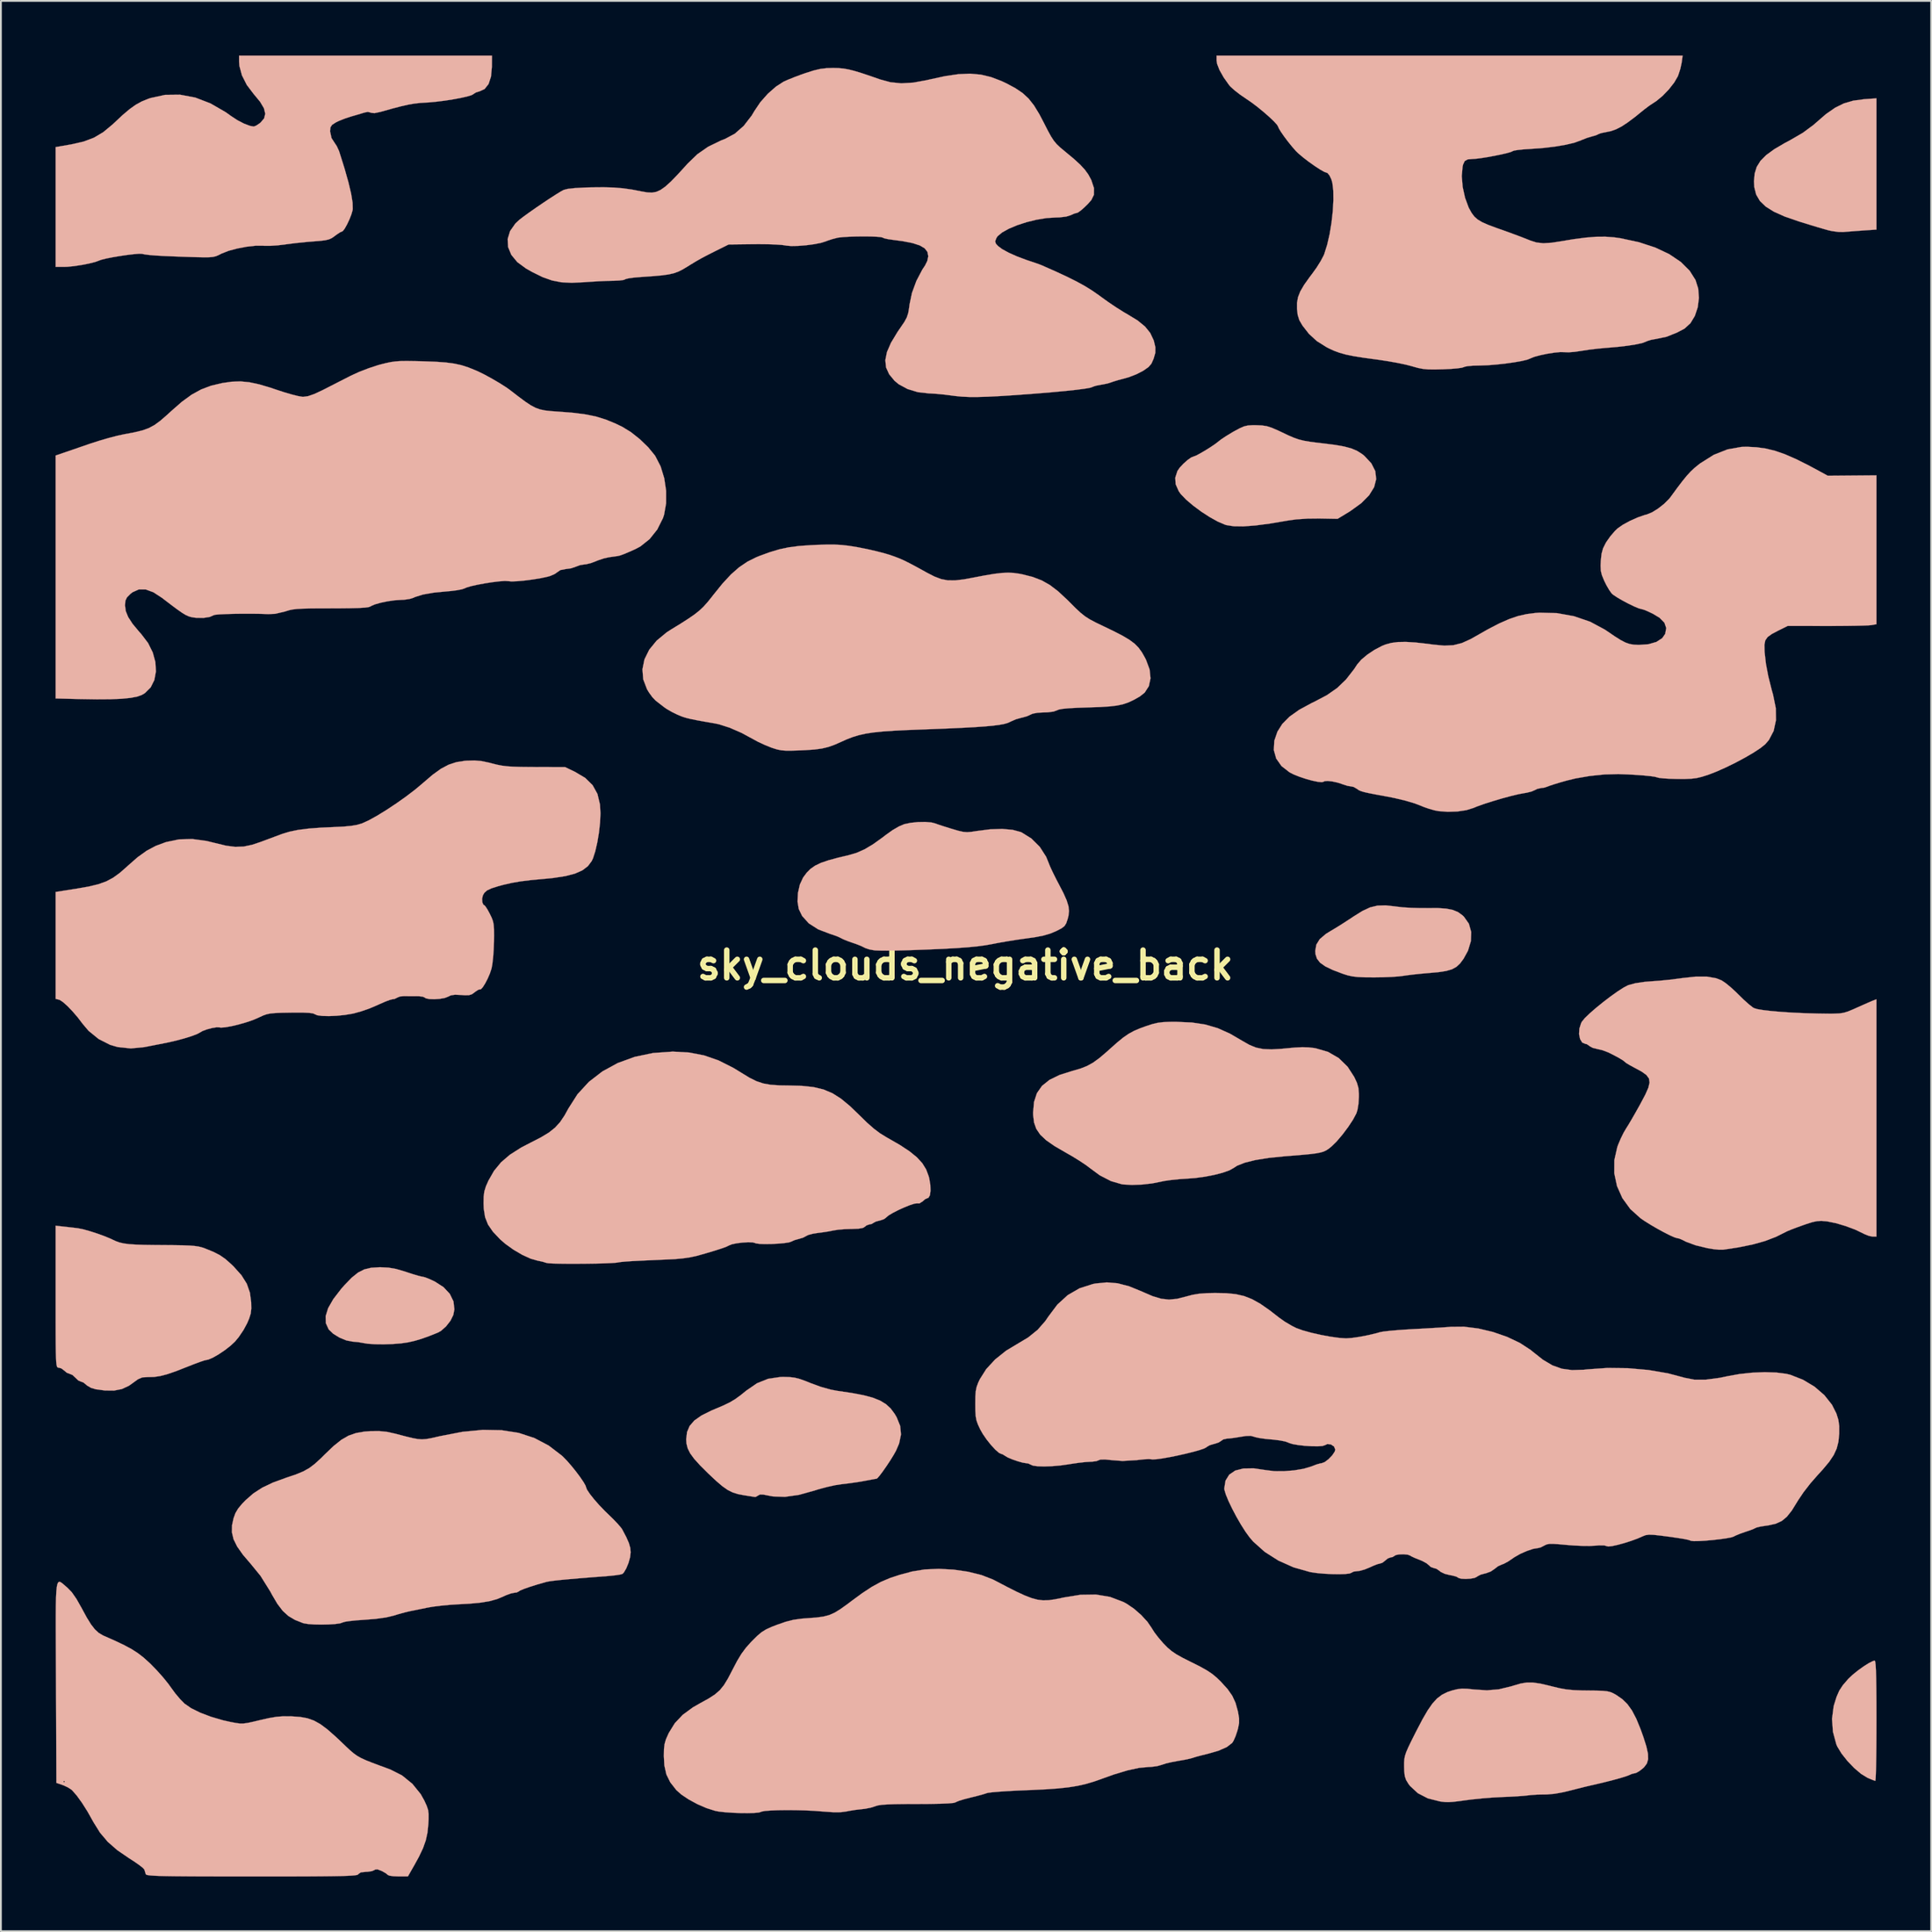
<source format=kicad_pcb>
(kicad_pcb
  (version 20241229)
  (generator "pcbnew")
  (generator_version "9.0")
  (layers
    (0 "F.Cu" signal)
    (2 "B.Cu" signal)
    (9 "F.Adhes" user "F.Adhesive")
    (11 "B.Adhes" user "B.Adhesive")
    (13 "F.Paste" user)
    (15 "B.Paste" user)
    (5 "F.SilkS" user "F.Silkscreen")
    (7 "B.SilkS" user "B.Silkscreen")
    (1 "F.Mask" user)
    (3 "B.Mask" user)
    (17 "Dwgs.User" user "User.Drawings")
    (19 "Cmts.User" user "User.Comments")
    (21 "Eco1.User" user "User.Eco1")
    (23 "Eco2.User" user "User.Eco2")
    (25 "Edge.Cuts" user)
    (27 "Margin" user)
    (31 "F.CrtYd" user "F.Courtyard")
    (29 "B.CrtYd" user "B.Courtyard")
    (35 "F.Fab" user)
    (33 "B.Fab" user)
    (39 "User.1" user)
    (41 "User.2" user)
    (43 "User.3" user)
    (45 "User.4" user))
  (footprint "sky_clouds_negative_back"
    (layer "F.Cu")
    (at 49.958 49.958)
    (property "Reference" "sky_clouds_negative_back" (at 0 0 0) (layer "F.SilkS") (effects (font (size 1.524 1.524) (thickness 0.3))))
    (attr through_hole)
    (fp_poly (pts (xy 50.038 -40.401) (xy 49.297 -40.35) (xy 48.911 -40.322) (xy 48.546 -40.294) (xy 48.268 -40.272) (xy 48.218 -40.267) (xy 47.936 -40.272) (xy 47.594 -40.319) (xy 47.413 -40.358) (xy 47.16 -40.429) (xy 46.791 -40.537) (xy 46.349 -40.671) (xy 45.88 -40.816) (xy 45.753 -40.856) (xy 45.004 -41.115) (xy 44.41 -41.38) (xy 43.96 -41.661) (xy 43.638 -41.971) (xy 43.433 -42.322) (xy 43.33 -42.725) (xy 43.312 -43.053) (xy 43.349 -43.474) (xy 43.463 -43.842) (xy 43.67 -44.176) (xy 43.986 -44.494) (xy 44.426 -44.815) (xy 45.007 -45.156) (xy 45.289 -45.305) (xy 45.993 -45.714) (xy 46.579 -46.147) (xy 46.719 -46.27) (xy 47.267 -46.744) (xy 47.766 -47.091) (xy 48.252 -47.331) (xy 48.763 -47.48) (xy 49.337 -47.557) (xy 49.382 -47.561) (xy 50.038 -47.607) (xy 50.038 -40.401)) (stroke (width 0.01) (type solid)) (fill yes) (layer "B.SilkS"))
    (fp_poly (pts (xy 49.969 38.24) (xy 49.991 38.411) (xy 50.008 38.706) (xy 50.021 39.135) (xy 50.03 39.705) (xy 50.036 40.426) (xy 50.038 41.306) (xy 50.038 41.487) (xy 50.036 42.216) (xy 50.032 42.889) (xy 50.025 43.488) (xy 50.016 43.995) (xy 50.005 44.391) (xy 49.992 44.66) (xy 49.978 44.781) (xy 49.974 44.787) (xy 49.866 44.753) (xy 49.662 44.67) (xy 49.537 44.615) (xy 49.193 44.404) (xy 48.816 44.084) (xy 48.446 43.699) (xy 48.124 43.292) (xy 47.889 42.907) (xy 47.833 42.777) (xy 47.648 42.091) (xy 47.598 41.383) (xy 47.685 40.707) (xy 47.708 40.619) (xy 47.847 40.174) (xy 47.996 39.834) (xy 48.192 39.535) (xy 48.468 39.214) (xy 48.494 39.185) (xy 48.729 38.962) (xy 49.021 38.726) (xy 49.33 38.504) (xy 49.617 38.323) (xy 49.843 38.21) (xy 49.943 38.185) (xy 49.969 38.24)) (stroke (width 0.01) (type solid)) (fill yes) (layer "B.SilkS"))
    (fp_poly (pts (xy -31.672 16.605) (xy -31.264 16.676) (xy -30.799 16.81) (xy -30.697 16.844) (xy -30.351 16.958) (xy -30.055 17.046) (xy -29.853 17.096) (xy -29.8 17.103) (xy -29.657 17.139) (xy -29.417 17.234) (xy -29.132 17.367) (xy -28.654 17.674) (xy -28.308 18.044) (xy -28.106 18.457) (xy -28.056 18.897) (xy -28.115 19.203) (xy -28.27 19.519) (xy -28.513 19.83) (xy -28.79 20.076) (xy -28.956 20.169) (xy -29.459 20.37) (xy -29.863 20.514) (xy -30.219 20.62) (xy -30.581 20.703) (xy -30.607 20.708) (xy -30.983 20.763) (xy -31.443 20.799) (xy -31.935 20.815) (xy -32.407 20.81) (xy -32.809 20.784) (xy -33.062 20.743) (xy -33.328 20.696) (xy -33.623 20.669) (xy -33.637 20.669) (xy -33.984 20.603) (xy -34.364 20.447) (xy -34.709 20.235) (xy -34.954 20) (xy -34.96 19.992) (xy -35.114 19.653) (xy -35.124 19.268) (xy -34.989 18.829) (xy -34.704 18.332) (xy -34.27 17.769) (xy -34.083 17.557) (xy -33.693 17.155) (xy -33.348 16.877) (xy -33.007 16.703) (xy -32.63 16.612) (xy -32.173 16.584) (xy -32.104 16.584) (xy -31.672 16.605)) (stroke (width 0.01) (type solid)) (fill yes) (layer "B.SilkS"))
    (fp_poly (pts (xy 23.615 -3.231) (xy 23.672 -3.222) (xy 24.021 -3.182) (xy 24.474 -3.154) (xy 24.967 -3.141) (xy 25.338 -3.142) (xy 25.943 -3.143) (xy 26.411 -3.111) (xy 26.773 -3.039) (xy 27.059 -2.92) (xy 27.3 -2.746) (xy 27.382 -2.669) (xy 27.655 -2.283) (xy 27.783 -1.83) (xy 27.767 -1.33) (xy 27.608 -0.804) (xy 27.364 -0.359) (xy 27.173 -0.102) (xy 26.972 0.086) (xy 26.728 0.22) (xy 26.409 0.313) (xy 25.982 0.378) (xy 25.485 0.423) (xy 25.039 0.462) (xy 24.604 0.507) (xy 24.237 0.553) (xy 24.045 0.582) (xy 23.78 0.614) (xy 23.396 0.64) (xy 22.943 0.658) (xy 22.47 0.665) (xy 22.437 0.665) (xy 21.936 0.661) (xy 21.561 0.645) (xy 21.269 0.612) (xy 21.015 0.557) (xy 20.755 0.476) (xy 20.743 0.472) (xy 20.182 0.259) (xy 19.769 0.06) (xy 19.486 -0.141) (xy 19.313 -0.36) (xy 19.232 -0.611) (xy 19.219 -0.789) (xy 19.279 -1.134) (xy 19.467 -1.437) (xy 19.8 -1.72) (xy 20.047 -1.873) (xy 20.328 -2.04) (xy 20.692 -2.267) (xy 21.084 -2.521) (xy 21.318 -2.676) (xy 21.808 -2.982) (xy 22.23 -3.178) (xy 22.638 -3.276) (xy 23.083 -3.29) (xy 23.615 -3.231)) (stroke (width 0.01) (type solid)) (fill yes) (layer "B.SilkS"))
    (fp_poly (pts (xy 15.979 -29.657) (xy 16.296 -29.644) (xy 16.559 -29.604) (xy 16.826 -29.519) (xy 17.158 -29.376) (xy 17.334 -29.293) (xy 17.725 -29.107) (xy 18.037 -28.972) (xy 18.315 -28.875) (xy 18.602 -28.804) (xy 18.944 -28.746) (xy 19.386 -28.69) (xy 19.685 -28.655) (xy 20.317 -28.575) (xy 20.811 -28.487) (xy 21.198 -28.383) (xy 21.508 -28.253) (xy 21.773 -28.087) (xy 21.918 -27.972) (xy 22.299 -27.563) (xy 22.515 -27.138) (xy 22.565 -26.7) (xy 22.452 -26.257) (xy 22.178 -25.813) (xy 21.743 -25.374) (xy 21.149 -24.945) (xy 21.069 -24.895) (xy 20.447 -24.517) (xy 19.431 -24.535) (xy 18.781 -24.528) (xy 18.172 -24.486) (xy 17.722 -24.424) (xy 16.755 -24.26) (xy 15.94 -24.152) (xy 15.271 -24.102) (xy 14.74 -24.109) (xy 14.341 -24.172) (xy 14.262 -24.196) (xy 13.864 -24.367) (xy 13.415 -24.617) (xy 12.951 -24.919) (xy 12.509 -25.247) (xy 12.125 -25.574) (xy 11.837 -25.874) (xy 11.722 -26.035) (xy 11.553 -26.419) (xy 11.532 -26.775) (xy 11.651 -27.144) (xy 11.776 -27.326) (xy 11.973 -27.537) (xy 12.197 -27.737) (xy 12.403 -27.885) (xy 12.543 -27.94) (xy 12.661 -27.983) (xy 12.877 -28.096) (xy 13.147 -28.253) (xy 13.43 -28.428) (xy 13.682 -28.596) (xy 13.862 -28.73) (xy 13.885 -28.751) (xy 14.058 -28.884) (xy 14.329 -29.064) (xy 14.647 -29.257) (xy 14.732 -29.306) (xy 15.057 -29.483) (xy 15.299 -29.589) (xy 15.519 -29.642) (xy 15.781 -29.658) (xy 15.979 -29.657)) (stroke (width 0.01) (type solid)) (fill yes) (layer "B.SilkS"))
    (fp_poly (pts (xy -9.653 22.614) (xy -9.375 22.646) (xy -9.096 22.716) (xy -8.76 22.837) (xy -8.488 22.947) (xy -7.932 23.151) (xy -7.392 23.302) (xy -7.027 23.371) (xy -6.239 23.487) (xy -5.598 23.608) (xy -5.085 23.744) (xy -4.677 23.906) (xy -4.354 24.102) (xy -4.095 24.341) (xy -3.878 24.634) (xy -3.769 24.819) (xy -3.575 25.297) (xy -3.53 25.767) (xy -3.633 26.262) (xy -3.8 26.651) (xy -3.934 26.891) (xy -4.113 27.181) (xy -4.315 27.487) (xy -4.515 27.774) (xy -4.691 28.01) (xy -4.818 28.159) (xy -4.867 28.194) (xy -4.958 28.209) (xy -5.172 28.248) (xy -5.467 28.303) (xy -5.527 28.315) (xy -5.957 28.388) (xy -6.433 28.455) (xy -6.783 28.495) (xy -7.142 28.55) (xy -7.588 28.649) (xy -8.051 28.773) (xy -8.282 28.846) (xy -9.141 29.084) (xy -9.899 29.191) (xy -10.56 29.169) (xy -10.802 29.124) (xy -11.097 29.065) (xy -11.274 29.064) (xy -11.365 29.111) (xy -11.501 29.192) (xy -11.553 29.198) (xy -11.679 29.179) (xy -11.916 29.141) (xy -12.15 29.104) (xy -12.486 29.039) (xy -12.774 28.948) (xy -13.046 28.813) (xy -13.333 28.612) (xy -13.667 28.328) (xy -14.081 27.94) (xy -14.125 27.898) (xy -14.564 27.461) (xy -14.886 27.104) (xy -15.107 26.802) (xy -15.243 26.53) (xy -15.31 26.264) (xy -15.325 26.034) (xy -15.28 25.636) (xy -15.136 25.297) (xy -14.876 24.998) (xy -14.484 24.722) (xy -13.944 24.454) (xy -13.753 24.373) (xy -13.294 24.178) (xy -12.941 24.008) (xy -12.642 23.831) (xy -12.343 23.615) (xy -12.023 23.356) (xy -11.437 22.953) (xy -10.823 22.708) (xy -10.151 22.609) (xy -9.989 22.606) (xy -9.653 22.614)) (stroke (width 0.01) (type solid)) (fill yes) (layer "B.SilkS"))
    (fp_poly (pts (xy -49.509 14.351) (xy -49.172 14.389) (xy -48.839 14.428) (xy -48.726 14.442) (xy -48.436 14.501) (xy -48.048 14.61) (xy -47.62 14.749) (xy -47.208 14.901) (xy -46.87 15.046) (xy -46.821 15.07) (xy -46.629 15.158) (xy -46.43 15.227) (xy -46.2 15.278) (xy -45.914 15.315) (xy -45.547 15.339) (xy -45.075 15.355) (xy -44.471 15.363) (xy -44.069 15.366) (xy -43.445 15.371) (xy -42.965 15.379) (xy -42.6 15.393) (xy -42.324 15.414) (xy -42.11 15.445) (xy -41.932 15.488) (xy -41.763 15.545) (xy -41.741 15.554) (xy -41.287 15.739) (xy -40.938 15.918) (xy -40.636 16.127) (xy -40.322 16.404) (xy -40.178 16.543) (xy -39.747 17.024) (xy -39.456 17.489) (xy -39.284 17.98) (xy -39.215 18.504) (xy -39.208 18.855) (xy -39.24 19.128) (xy -39.327 19.404) (xy -39.439 19.664) (xy -39.638 20.032) (xy -39.893 20.41) (xy -40.099 20.66) (xy -40.354 20.898) (xy -40.669 21.142) (xy -41.004 21.367) (xy -41.318 21.547) (xy -41.571 21.655) (xy -41.677 21.675) (xy -41.803 21.705) (xy -42.05 21.789) (xy -42.382 21.913) (xy -42.764 22.064) (xy -42.769 22.066) (xy -43.354 22.295) (xy -43.822 22.456) (xy -44.207 22.556) (xy -44.544 22.606) (xy -44.867 22.614) (xy -44.884 22.613) (xy -45.195 22.632) (xy -45.431 22.733) (xy -45.519 22.798) (xy -45.925 23.089) (xy -46.319 23.272) (xy -46.744 23.356) (xy -47.244 23.351) (xy -47.731 23.288) (xy -48.008 23.206) (xy -48.231 23.076) (xy -48.264 23.045) (xy -48.43 22.911) (xy -48.569 22.86) (xy -48.711 22.798) (xy -48.867 22.649) (xy -48.868 22.648) (xy -49.028 22.499) (xy -49.179 22.437) (xy -49.341 22.376) (xy -49.468 22.267) (xy -49.641 22.137) (xy -49.783 22.098) (xy -49.823 22.094) (xy -49.856 22.074) (xy -49.883 22.023) (xy -49.905 21.926) (xy -49.921 21.77) (xy -49.933 21.539) (xy -49.942 21.22) (xy -49.948 20.797) (xy -49.951 20.257) (xy -49.953 19.585) (xy -49.953 18.767) (xy -49.953 18.2) (xy -49.953 14.303) (xy -49.509 14.351)) (stroke (width 0.01) (type solid)) (fill yes) (layer "B.SilkS"))
    (fp_poly (pts (xy -1.852 -7.841) (xy -1.676 -7.796) (xy -1.509 -7.737) (xy -1.23 -7.645) (xy -0.887 -7.537) (xy -0.741 -7.492) (xy -0.377 -7.385) (xy -0.114 -7.326) (xy 0.109 -7.309) (xy 0.35 -7.329) (xy 0.614 -7.37) (xy 1.359 -7.465) (xy 2.03 -7.487) (xy 2.601 -7.437) (xy 3.047 -7.317) (xy 3.09 -7.298) (xy 3.63 -6.962) (xy 4.091 -6.503) (xy 4.44 -5.96) (xy 4.571 -5.638) (xy 4.655 -5.428) (xy 4.8 -5.115) (xy 4.983 -4.747) (xy 5.137 -4.453) (xy 5.395 -3.954) (xy 5.568 -3.564) (xy 5.666 -3.248) (xy 5.696 -2.975) (xy 5.666 -2.711) (xy 5.62 -2.533) (xy 5.543 -2.306) (xy 5.448 -2.154) (xy 5.291 -2.032) (xy 5.03 -1.896) (xy 4.971 -1.868) (xy 4.656 -1.737) (xy 4.302 -1.634) (xy 3.863 -1.548) (xy 3.387 -1.479) (xy 2.873 -1.407) (xy 2.318 -1.319) (xy 1.798 -1.228) (xy 1.482 -1.166) (xy 1.115 -1.1) (xy 0.679 -1.042) (xy 0.16 -0.991) (xy -0.461 -0.945) (xy -1.198 -0.903) (xy -2.067 -0.865) (xy -3.086 -0.828) (xy -3.387 -0.819) (xy -3.861 -0.808) (xy -4.306 -0.803) (xy -4.68 -0.806) (xy -4.94 -0.815) (xy -4.985 -0.819) (xy -5.261 -0.869) (xy -5.49 -0.945) (xy -5.536 -0.969) (xy -5.716 -1.058) (xy -5.987 -1.165) (xy -6.181 -1.231) (xy -6.47 -1.333) (xy -6.713 -1.434) (xy -6.816 -1.487) (xy -6.995 -1.573) (xy -7.261 -1.671) (xy -7.416 -1.72) (xy -8.076 -1.972) (xy -8.591 -2.301) (xy -8.957 -2.705) (xy -9.144 -3.091) (xy -9.212 -3.5) (xy -9.188 -3.972) (xy -9.083 -4.434) (xy -8.907 -4.814) (xy -8.903 -4.821) (xy -8.709 -5.081) (xy -8.499 -5.293) (xy -8.247 -5.47) (xy -7.927 -5.623) (xy -7.513 -5.765) (xy -6.979 -5.91) (xy -6.405 -6.046) (xy -5.963 -6.176) (xy -5.528 -6.369) (xy -5.063 -6.646) (xy -4.533 -7.026) (xy -4.36 -7.16) (xy -3.999 -7.417) (xy -3.642 -7.625) (xy -3.35 -7.749) (xy -3.004 -7.822) (xy -2.599 -7.863) (xy -2.195 -7.87) (xy -1.852 -7.841)) (stroke (width 0.01) (type solid)) (fill yes) (layer "B.SilkS"))
    (fp_poly (pts (xy 31.178 39.39) (xy 31.574 39.447) (xy 32.071 39.562) (xy 32.2 39.595) (xy 32.62 39.697) (xy 32.995 39.764) (xy 33.384 39.804) (xy 33.845 39.823) (xy 34.205 39.828) (xy 34.672 39.833) (xy 35.005 39.844) (xy 35.243 39.868) (xy 35.421 39.91) (xy 35.576 39.975) (xy 35.742 40.067) (xy 36.076 40.297) (xy 36.361 40.575) (xy 36.613 40.926) (xy 36.849 41.378) (xy 37.086 41.954) (xy 37.241 42.389) (xy 37.404 42.905) (xy 37.49 43.299) (xy 37.499 43.598) (xy 37.43 43.833) (xy 37.283 44.032) (xy 37.208 44.103) (xy 37.004 44.26) (xy 36.833 44.354) (xy 36.784 44.365) (xy 36.605 44.406) (xy 36.511 44.448) (xy 36.335 44.52) (xy 36.023 44.618) (xy 35.604 44.735) (xy 35.11 44.861) (xy 34.568 44.99) (xy 34.332 45.043) (xy 33.975 45.127) (xy 33.595 45.223) (xy 33.486 45.251) (xy 32.873 45.404) (xy 32.374 45.496) (xy 31.943 45.535) (xy 31.75 45.537) (xy 31.397 45.544) (xy 31.039 45.569) (xy 30.903 45.585) (xy 30.664 45.61) (xy 30.307 45.636) (xy 29.883 45.66) (xy 29.506 45.675) (xy 28.98 45.703) (xy 28.395 45.749) (xy 27.839 45.806) (xy 27.559 45.841) (xy 27.109 45.903) (xy 26.783 45.94) (xy 26.541 45.955) (xy 26.34 45.95) (xy 26.138 45.928) (xy 26.077 45.919) (xy 25.406 45.751) (xy 24.854 45.466) (xy 24.425 45.068) (xy 24.336 44.95) (xy 24.209 44.741) (xy 24.138 44.533) (xy 24.106 44.264) (xy 24.099 44.004) (xy 24.099 43.781) (xy 24.112 43.594) (xy 24.147 43.413) (xy 24.215 43.208) (xy 24.327 42.948) (xy 24.493 42.605) (xy 24.723 42.146) (xy 24.78 42.035) (xy 25.109 41.406) (xy 25.395 40.914) (xy 25.657 40.539) (xy 25.912 40.261) (xy 26.178 40.059) (xy 26.473 39.913) (xy 26.727 39.827) (xy 27.012 39.755) (xy 27.272 39.724) (xy 27.572 39.732) (xy 27.94 39.77) (xy 28.647 39.816) (xy 29.301 39.761) (xy 29.982 39.597) (xy 30.134 39.549) (xy 30.505 39.442) (xy 30.838 39.388) (xy 31.178 39.39)) (stroke (width 0.01) (type solid)) (fill yes) (layer "B.SilkS"))
    (fp_poly (pts (xy 12.445 3.144) (xy 13.183 3.255) (xy 13.864 3.454) (xy 14.537 3.756) (xy 15.214 4.151) (xy 15.603 4.373) (xy 15.971 4.521) (xy 16.361 4.601) (xy 16.816 4.62) (xy 17.378 4.587) (xy 17.591 4.566) (xy 18.108 4.518) (xy 18.509 4.499) (xy 18.844 4.508) (xy 19.162 4.545) (xy 19.243 4.559) (xy 19.918 4.755) (xy 20.505 5.094) (xy 20.995 5.571) (xy 21.359 6.133) (xy 21.509 6.457) (xy 21.588 6.734) (xy 21.615 7.05) (xy 21.615 7.239) (xy 21.592 7.604) (xy 21.538 7.935) (xy 21.479 8.128) (xy 21.293 8.477) (xy 21.023 8.886) (xy 20.71 9.302) (xy 20.393 9.675) (xy 20.111 9.951) (xy 20.099 9.96) (xy 19.96 10.072) (xy 19.83 10.159) (xy 19.687 10.228) (xy 19.506 10.282) (xy 19.265 10.328) (xy 18.94 10.369) (xy 18.507 10.41) (xy 17.943 10.457) (xy 17.526 10.49) (xy 16.661 10.578) (xy 15.934 10.695) (xy 15.353 10.839) (xy 14.926 11.008) (xy 14.732 11.133) (xy 14.499 11.263) (xy 14.135 11.392) (xy 13.677 11.51) (xy 13.162 11.61) (xy 12.629 11.683) (xy 12.191 11.716) (xy 11.744 11.746) (xy 11.307 11.79) (xy 10.938 11.843) (xy 10.746 11.883) (xy 10.25 11.981) (xy 9.695 12.043) (xy 9.149 12.062) (xy 8.68 12.036) (xy 8.594 12.024) (xy 7.997 11.85) (xy 7.389 11.536) (xy 6.88 11.162) (xy 6.632 10.975) (xy 6.281 10.741) (xy 5.876 10.491) (xy 5.487 10.268) (xy 4.892 9.922) (xy 4.441 9.607) (xy 4.116 9.302) (xy 3.901 8.985) (xy 3.777 8.635) (xy 3.728 8.23) (xy 3.725 8.087) (xy 3.776 7.507) (xy 3.934 7.023) (xy 4.213 6.623) (xy 4.623 6.294) (xy 5.175 6.024) (xy 5.882 5.801) (xy 5.884 5.801) (xy 6.321 5.675) (xy 6.686 5.531) (xy 7.022 5.345) (xy 7.372 5.09) (xy 7.779 4.743) (xy 7.916 4.619) (xy 8.333 4.248) (xy 8.671 3.971) (xy 8.969 3.765) (xy 9.267 3.602) (xy 9.606 3.459) (xy 9.948 3.335) (xy 10.279 3.229) (xy 10.566 3.161) (xy 10.865 3.123) (xy 11.233 3.108) (xy 11.599 3.107) (xy 12.445 3.144)) (stroke (width 0.01) (type solid)) (fill yes) (layer "B.SilkS"))
    (fp_poly (pts (xy 40.731 0.624) (xy 41.231 0.711) (xy 41.535 0.831) (xy 41.741 0.968) (xy 42.017 1.192) (xy 42.316 1.465) (xy 42.46 1.608) (xy 42.743 1.885) (xy 43.012 2.127) (xy 43.227 2.299) (xy 43.307 2.35) (xy 43.494 2.407) (xy 43.826 2.463) (xy 44.278 2.515) (xy 44.826 2.562) (xy 45.446 2.602) (xy 46.113 2.632) (xy 46.803 2.652) (xy 47.286 2.659) (xy 47.703 2.658) (xy 48.005 2.645) (xy 48.245 2.608) (xy 48.478 2.536) (xy 48.759 2.419) (xy 48.937 2.339) (xy 49.278 2.187) (xy 49.578 2.055) (xy 49.792 1.963) (xy 49.847 1.941) (xy 50.038 1.867) (xy 50.038 14.901) (xy 49.829 14.901) (xy 49.622 14.86) (xy 49.368 14.758) (xy 49.302 14.723) (xy 48.866 14.515) (xy 48.343 14.32) (xy 47.807 14.162) (xy 47.333 14.066) (xy 47.286 14.06) (xy 47.019 14.039) (xy 46.784 14.05) (xy 46.525 14.104) (xy 46.189 14.209) (xy 46.012 14.271) (xy 45.659 14.398) (xy 45.353 14.515) (xy 45.139 14.604) (xy 45.08 14.633) (xy 44.527 14.91) (xy 43.927 15.14) (xy 43.247 15.331) (xy 42.458 15.492) (xy 41.614 15.62) (xy 41.401 15.621) (xy 41.092 15.59) (xy 40.767 15.537) (xy 40.109 15.378) (xy 39.592 15.188) (xy 39.397 15.089) (xy 39.21 15.009) (xy 39.1 14.986) (xy 38.952 14.944) (xy 38.696 14.83) (xy 38.368 14.664) (xy 38.002 14.465) (xy 37.635 14.251) (xy 37.303 14.043) (xy 37.086 13.895) (xy 36.52 13.385) (xy 36.086 12.788) (xy 35.791 12.128) (xy 35.641 11.425) (xy 35.644 10.702) (xy 35.806 9.981) (xy 35.848 9.864) (xy 35.995 9.518) (xy 36.157 9.188) (xy 36.295 8.954) (xy 36.417 8.761) (xy 36.597 8.457) (xy 36.812 8.082) (xy 37.04 7.675) (xy 37.081 7.599) (xy 37.343 7.106) (xy 37.51 6.729) (xy 37.579 6.441) (xy 37.545 6.216) (xy 37.403 6.025) (xy 37.149 5.842) (xy 36.778 5.64) (xy 36.745 5.623) (xy 36.492 5.486) (xy 36.303 5.372) (xy 36.23 5.313) (xy 36.113 5.218) (xy 35.869 5.072) (xy 35.529 4.893) (xy 35.306 4.783) (xy 35.011 4.671) (xy 34.705 4.597) (xy 34.693 4.595) (xy 34.46 4.536) (xy 34.296 4.449) (xy 34.281 4.434) (xy 34.13 4.332) (xy 34.056 4.318) (xy 33.88 4.244) (xy 33.762 4.051) (xy 33.707 3.781) (xy 33.724 3.477) (xy 33.818 3.18) (xy 33.864 3.094) (xy 34.022 2.902) (xy 34.29 2.643) (xy 34.636 2.342) (xy 35.027 2.025) (xy 35.43 1.716) (xy 35.815 1.442) (xy 36.149 1.226) (xy 36.399 1.096) (xy 36.412 1.091) (xy 36.793 0.987) (xy 37.291 0.912) (xy 37.664 0.882) (xy 38.132 0.848) (xy 38.674 0.794) (xy 39.195 0.729) (xy 39.362 0.705) (xy 40.113 0.622) (xy 40.731 0.624)) (stroke (width 0.01) (type solid)) (fill yes) (layer "B.SilkS"))
    (fp_poly (pts (xy -25.461 25.532) (xy -24.518 25.681) (xy -23.659 25.963) (xy -22.874 26.377) (xy -22.158 26.925) (xy -22.094 26.983) (xy -21.876 27.207) (xy -21.628 27.491) (xy -21.376 27.804) (xy -21.146 28.112) (xy -20.963 28.382) (xy -20.85 28.581) (xy -20.828 28.656) (xy -20.771 28.801) (xy -20.614 29.035) (xy -20.383 29.327) (xy -20.099 29.65) (xy -19.788 29.973) (xy -19.63 30.126) (xy -19.342 30.406) (xy -19.09 30.669) (xy -18.91 30.878) (xy -18.843 30.972) (xy -18.617 31.401) (xy -18.473 31.73) (xy -18.397 31.997) (xy -18.375 32.238) (xy -18.408 32.512) (xy -18.497 32.828) (xy -18.62 33.126) (xy -18.753 33.35) (xy -18.827 33.423) (xy -18.952 33.459) (xy -19.199 33.497) (xy -19.519 33.531) (xy -19.6 33.538) (xy -20.476 33.606) (xy -21.198 33.664) (xy -21.779 33.714) (xy -22.235 33.757) (xy -22.579 33.795) (xy -22.827 33.828) (xy -22.992 33.859) (xy -23.029 33.869) (xy -23.499 34.003) (xy -23.911 34.133) (xy -24.237 34.247) (xy -24.448 34.336) (xy -24.515 34.382) (xy -24.629 34.442) (xy -24.763 34.459) (xy -24.952 34.497) (xy -25.215 34.592) (xy -25.372 34.664) (xy -25.72 34.809) (xy -26.13 34.92) (xy -26.629 35.002) (xy -27.246 35.06) (xy -27.818 35.09) (xy -28.302 35.121) (xy -28.803 35.168) (xy -29.254 35.226) (xy -29.511 35.27) (xy -29.882 35.346) (xy -30.235 35.418) (xy -30.5 35.471) (xy -30.522 35.476) (xy -30.791 35.54) (xy -31.133 35.635) (xy -31.387 35.713) (xy -31.818 35.815) (xy -32.39 35.894) (xy -32.996 35.942) (xy -33.413 35.971) (xy -33.773 36.008) (xy -34.04 36.046) (xy -34.177 36.083) (xy -34.183 36.087) (xy -34.332 36.138) (xy -34.606 36.176) (xy -34.962 36.199) (xy -35.356 36.207) (xy -35.745 36.2) (xy -36.085 36.176) (xy -36.333 36.134) (xy -36.364 36.125) (xy -36.808 35.95) (xy -37.171 35.735) (xy -37.482 35.451) (xy -37.773 35.07) (xy -38.072 34.563) (xy -38.16 34.397) (xy -38.704 33.526) (xy -39.223 32.891) (xy -39.667 32.37) (xy -39.983 31.922) (xy -40.182 31.52) (xy -40.272 31.138) (xy -40.265 30.749) (xy -40.183 30.37) (xy -40.08 30.087) (xy -39.931 29.835) (xy -39.702 29.561) (xy -39.522 29.376) (xy -39.098 29.005) (xy -38.61 28.689) (xy -38.024 28.409) (xy -37.305 28.146) (xy -37.248 28.127) (xy -36.742 27.955) (xy -36.352 27.793) (xy -36.027 27.612) (xy -35.72 27.38) (xy -35.38 27.068) (xy -35.158 26.847) (xy -34.683 26.394) (xy -34.267 26.062) (xy -33.871 25.833) (xy -33.461 25.689) (xy -32.999 25.609) (xy -32.675 25.585) (xy -32.185 25.58) (xy -31.752 25.624) (xy -31.275 25.729) (xy -31.236 25.74) (xy -30.739 25.871) (xy -30.366 25.962) (xy -30.078 26.016) (xy -29.835 26.034) (xy -29.599 26.017) (xy -29.329 25.969) (xy -28.986 25.891) (xy -28.859 25.862) (xy -27.624 25.623) (xy -26.494 25.513) (xy -25.461 25.532)) (stroke (width 0.01) (type solid)) (fill yes) (layer "B.SilkS"))
    (fp_poly (pts (xy -25.996 -49.34) (xy -26.045 -48.801) (xy -26.18 -48.391) (xy -26.398 -48.118) (xy -26.666 -47.995) (xy -26.874 -47.93) (xy -27 -47.85) (xy -27.004 -47.844) (xy -27.117 -47.781) (xy -27.366 -47.707) (xy -27.716 -47.628) (xy -28.135 -47.55) (xy -28.589 -47.48) (xy -29.044 -47.423) (xy -29.469 -47.384) (xy -29.615 -47.376) (xy -29.945 -47.355) (xy -30.26 -47.319) (xy -30.596 -47.26) (xy -30.987 -47.171) (xy -31.467 -47.046) (xy -32.072 -46.876) (xy -32.126 -46.861) (xy -32.442 -46.795) (xy -32.625 -46.812) (xy -32.642 -46.823) (xy -32.807 -46.863) (xy -32.986 -46.829) (xy -33.203 -46.764) (xy -33.505 -46.675) (xy -33.74 -46.607) (xy -34.076 -46.496) (xy -34.399 -46.367) (xy -34.565 -46.286) (xy -34.77 -46.154) (xy -34.862 -46.016) (xy -34.883 -45.803) (xy -34.883 -45.796) (xy -34.803 -45.427) (xy -34.683 -45.24) (xy -34.513 -44.982) (xy -34.386 -44.704) (xy -34.094 -43.775) (xy -33.874 -42.996) (xy -33.724 -42.365) (xy -33.646 -41.878) (xy -33.637 -41.533) (xy -33.647 -41.458) (xy -33.714 -41.227) (xy -33.823 -40.952) (xy -33.952 -40.679) (xy -34.079 -40.453) (xy -34.182 -40.32) (xy -34.217 -40.301) (xy -34.328 -40.253) (xy -34.515 -40.13) (xy -34.612 -40.057) (xy -34.777 -39.94) (xy -34.943 -39.863) (xy -35.156 -39.813) (xy -35.462 -39.777) (xy -35.76 -39.754) (xy -36.24 -39.714) (xy -36.77 -39.659) (xy -37.253 -39.598) (xy -37.358 -39.583) (xy -37.762 -39.535) (xy -38.162 -39.509) (xy -38.486 -39.508) (xy -38.555 -39.514) (xy -38.959 -39.516) (xy -39.451 -39.462) (xy -39.971 -39.364) (xy -40.454 -39.235) (xy -40.838 -39.085) (xy -40.872 -39.067) (xy -41.026 -38.989) (xy -41.165 -38.933) (xy -41.321 -38.898) (xy -41.526 -38.88) (xy -41.809 -38.877) (xy -42.204 -38.885) (xy -42.671 -38.899) (xy -43.412 -38.925) (xy -44.003 -38.95) (xy -44.462 -38.976) (xy -44.808 -39.005) (xy -45.06 -39.038) (xy -45.212 -39.069) (xy -45.375 -39.074) (xy -45.661 -39.051) (xy -46.028 -39.007) (xy -46.433 -38.947) (xy -46.833 -38.879) (xy -47.186 -38.809) (xy -47.45 -38.743) (xy -47.56 -38.703) (xy -47.783 -38.621) (xy -48.122 -38.536) (xy -48.524 -38.458) (xy -48.935 -38.395) (xy -49.303 -38.358) (xy -49.467 -38.353) (xy -49.953 -38.354) (xy -49.953 -44.929) (xy -49.101 -45.078) (xy -48.419 -45.232) (xy -47.849 -45.447) (xy -47.338 -45.75) (xy -46.833 -46.168) (xy -46.736 -46.259) (xy -46.275 -46.69) (xy -45.892 -47.014) (xy -45.552 -47.256) (xy -45.222 -47.437) (xy -44.87 -47.58) (xy -44.745 -47.623) (xy -43.941 -47.798) (xy -43.12 -47.807) (xy -42.288 -47.651) (xy -41.451 -47.33) (xy -40.615 -46.847) (xy -40.32 -46.637) (xy -39.972 -46.408) (xy -39.609 -46.22) (xy -39.282 -46.096) (xy -39.07 -46.059) (xy -38.939 -46.11) (xy -38.75 -46.236) (xy -38.699 -46.278) (xy -38.504 -46.506) (xy -38.441 -46.762) (xy -38.512 -47.06) (xy -38.722 -47.416) (xy -39.075 -47.844) (xy -39.085 -47.855) (xy -39.456 -48.345) (xy -39.721 -48.87) (xy -39.861 -49.387) (xy -39.878 -49.618) (xy -39.878 -49.953) (xy -25.993 -49.953) (xy -25.996 -49.34)) (stroke (width 0.01) (type solid)) (fill yes) (layer "B.SilkS"))
    (fp_poly (pts (xy -49.682 33.875) (xy -49.597 33.932) (xy -49.495 34.019) (xy -49.376 34.122) (xy -49.312 34.176) (xy -49.067 34.427) (xy -48.806 34.803) (xy -48.523 35.304) (xy -48.246 35.815) (xy -48.011 36.195) (xy -47.799 36.468) (xy -47.589 36.661) (xy -47.36 36.798) (xy -47.292 36.829) (xy -46.67 37.104) (xy -46.175 37.341) (xy -45.775 37.557) (xy -45.438 37.774) (xy -45.133 38.009) (xy -44.828 38.283) (xy -44.718 38.388) (xy -44.385 38.731) (xy -44.053 39.104) (xy -43.77 39.453) (xy -43.634 39.642) (xy -43.394 39.971) (xy -43.123 40.294) (xy -42.88 40.541) (xy -42.875 40.546) (xy -42.512 40.798) (xy -42.015 41.044) (xy -41.421 41.269) (xy -40.764 41.461) (xy -40.356 41.553) (xy -40.066 41.608) (xy -39.842 41.638) (xy -39.637 41.638) (xy -39.401 41.606) (xy -39.09 41.539) (xy -38.726 41.451) (xy -38.231 41.339) (xy -37.831 41.272) (xy -37.462 41.243) (xy -37.059 41.244) (xy -36.979 41.247) (xy -36.518 41.28) (xy -36.126 41.351) (xy -35.769 41.477) (xy -35.416 41.673) (xy -35.035 41.957) (xy -34.594 42.344) (xy -34.313 42.608) (xy -34.021 42.888) (xy -33.789 43.105) (xy -33.59 43.274) (xy -33.398 43.412) (xy -33.184 43.533) (xy -32.921 43.654) (xy -32.582 43.789) (xy -32.14 43.955) (xy -31.575 44.163) (xy -30.931 44.489) (xy -30.364 44.949) (xy -29.906 45.515) (xy -29.707 45.87) (xy -29.577 46.155) (xy -29.502 46.379) (xy -29.471 46.605) (xy -29.472 46.895) (xy -29.486 47.152) (xy -29.533 47.624) (xy -29.625 48.052) (xy -29.777 48.482) (xy -30.005 48.961) (xy -30.246 49.4) (xy -30.607 50.033) (xy -31.131 50.035) (xy -31.414 50.024) (xy -31.624 49.993) (xy -31.706 49.956) (xy -31.811 49.868) (xy -32.005 49.757) (xy -32.055 49.732) (xy -32.279 49.647) (xy -32.415 49.66) (xy -32.449 49.687) (xy -32.589 49.747) (xy -32.823 49.781) (xy -32.913 49.784) (xy -33.194 49.813) (xy -33.325 49.903) (xy -33.328 49.911) (xy -33.354 49.936) (xy -33.417 49.958) (xy -33.531 49.976) (xy -33.706 49.991) (xy -33.953 50.004) (xy -34.285 50.014) (xy -34.712 50.022) (xy -35.246 50.028) (xy -35.9 50.033) (xy -36.683 50.036) (xy -37.608 50.037) (xy -38.686 50.038) (xy -39.17 50.038) (xy -40.313 50.038) (xy -41.299 50.036) (xy -42.138 50.034) (xy -42.842 50.03) (xy -43.423 50.025) (xy -43.892 50.018) (xy -44.26 50.009) (xy -44.539 49.997) (xy -44.741 49.983) (xy -44.877 49.966) (xy -44.959 49.946) (xy -44.997 49.922) (xy -45.003 49.911) (xy -45.066 49.709) (xy -45.082 49.657) (xy -45.167 49.563) (xy -45.366 49.407) (xy -45.647 49.211) (xy -45.908 49.044) (xy -46.564 48.596) (xy -47.088 48.138) (xy -47.515 47.633) (xy -47.88 47.047) (xy -47.915 46.982) (xy -48.205 46.467) (xy -48.505 45.994) (xy -48.791 45.598) (xy -49.039 45.315) (xy -49.08 45.276) (xy -49.268 45.153) (xy -49.524 45.034) (xy -49.578 45.014) (xy -49.911 44.899) (xy -49.911 44.831) (xy -49.53 44.831) (xy -49.488 44.873) (xy -49.445 44.831) (xy -49.488 44.789) (xy -49.53 44.831) (xy -49.911 44.831) (xy -49.933 39.343) (xy -49.938 38.214) (xy -49.942 37.244) (xy -49.945 36.421) (xy -49.945 35.736) (xy -49.941 35.176) (xy -49.931 34.731) (xy -49.914 34.391) (xy -49.889 34.144) (xy -49.855 33.98) (xy -49.81 33.888) (xy -49.753 33.856) (xy -49.682 33.875)) (stroke (width 0.01) (type solid)) (fill yes) (layer "B.SilkS"))
    (fp_poly (pts (xy -15.161 4.792) (xy -14.341 4.95) (xy -13.544 5.227) (xy -12.732 5.637) (xy -12.297 5.903) (xy -11.851 6.175) (xy -11.466 6.366) (xy -11.092 6.491) (xy -10.682 6.564) (xy -10.186 6.596) (xy -9.749 6.602) (xy -8.979 6.622) (xy -8.338 6.689) (xy -7.79 6.819) (xy -7.297 7.026) (xy -6.824 7.326) (xy -6.332 7.733) (xy -5.845 8.203) (xy -5.4 8.638) (xy -5.023 8.97) (xy -4.677 9.23) (xy -4.324 9.447) (xy -4.276 9.474) (xy -3.6 9.862) (xy -3.068 10.212) (xy -2.66 10.543) (xy -2.359 10.871) (xy -2.148 11.214) (xy -2.008 11.589) (xy -1.979 11.701) (xy -1.919 12.064) (xy -1.908 12.387) (xy -1.944 12.635) (xy -2.024 12.77) (xy -2.071 12.785) (xy -2.201 12.842) (xy -2.329 12.955) (xy -2.52 13.079) (xy -2.645 13.075) (xy -2.787 13.089) (xy -3.034 13.168) (xy -3.343 13.292) (xy -3.67 13.44) (xy -3.973 13.595) (xy -4.21 13.736) (xy -4.337 13.843) (xy -4.341 13.85) (xy -4.464 13.941) (xy -4.675 14.013) (xy -4.702 14.019) (xy -4.912 14.075) (xy -5.037 14.141) (xy -5.044 14.149) (xy -5.158 14.213) (xy -5.244 14.224) (xy -5.426 14.285) (xy -5.503 14.351) (xy -5.624 14.424) (xy -5.855 14.465) (xy -6.225 14.48) (xy -6.255 14.48) (xy -6.624 14.492) (xy -6.976 14.521) (xy -7.236 14.562) (xy -7.239 14.563) (xy -7.519 14.618) (xy -7.871 14.671) (xy -8.086 14.697) (xy -8.38 14.744) (xy -8.617 14.808) (xy -8.721 14.859) (xy -8.889 14.95) (xy -9.126 15.025) (xy -9.144 15.029) (xy -9.371 15.092) (xy -9.53 15.163) (xy -9.539 15.169) (xy -9.677 15.217) (xy -9.937 15.256) (xy -10.274 15.287) (xy -10.643 15.305) (xy -10.999 15.31) (xy -11.298 15.3) (xy -11.495 15.273) (xy -11.541 15.253) (xy -11.68 15.216) (xy -11.931 15.209) (xy -12.24 15.228) (xy -12.553 15.267) (xy -12.817 15.322) (xy -12.978 15.387) (xy -12.979 15.388) (xy -13.12 15.456) (xy -13.4 15.557) (xy -13.794 15.683) (xy -14.276 15.826) (xy -14.774 15.966) (xy -15.114 16.038) (xy -15.538 16.099) (xy -15.959 16.137) (xy -16.002 16.139) (xy -16.382 16.157) (xy -16.866 16.179) (xy -17.387 16.202) (xy -17.822 16.222) (xy -18.246 16.243) (xy -18.615 16.267) (xy -18.892 16.292) (xy -19.042 16.313) (xy -19.05 16.316) (xy -19.191 16.336) (xy -19.468 16.354) (xy -19.85 16.369) (xy -20.307 16.381) (xy -20.808 16.388) (xy -21.321 16.392) (xy -21.816 16.392) (xy -22.263 16.387) (xy -22.63 16.377) (xy -22.886 16.363) (xy -22.996 16.346) (xy -23.203 16.281) (xy -23.464 16.224) (xy -23.485 16.221) (xy -23.872 16.11) (xy -24.328 15.901) (xy -24.804 15.623) (xy -25.254 15.301) (xy -25.539 15.053) (xy -25.939 14.631) (xy -26.208 14.239) (xy -26.369 13.833) (xy -26.442 13.367) (xy -26.453 13.081) (xy -26.447 12.702) (xy -26.409 12.415) (xy -26.325 12.142) (xy -26.186 11.828) (xy -25.878 11.289) (xy -25.492 10.82) (xy -25.003 10.401) (xy -24.385 10.008) (xy -23.868 9.74) (xy -23.306 9.452) (xy -22.87 9.189) (xy -22.53 8.919) (xy -22.251 8.614) (xy -22.002 8.242) (xy -21.79 7.859) (xy -21.294 7.081) (xy -20.669 6.402) (xy -19.928 5.829) (xy -19.086 5.369) (xy -18.155 5.03) (xy -17.149 4.819) (xy -16.082 4.743) (xy -16.044 4.743) (xy -15.161 4.792)) (stroke (width 0.01) (type solid)) (fill yes) (layer "B.SilkS"))
    (fp_poly (pts (xy -7.164 -23.101) (xy -6.772 -23.079) (xy -6.38 -23.034) (xy -5.931 -22.961) (xy -5.884 -22.952) (xy -5.403 -22.857) (xy -4.903 -22.743) (xy -4.452 -22.627) (xy -4.191 -22.549) (xy -3.897 -22.449) (xy -3.633 -22.348) (xy -3.365 -22.23) (xy -3.059 -22.078) (xy -2.679 -21.876) (xy -2.193 -21.608) (xy -2.116 -21.565) (xy -1.697 -21.349) (xy -1.328 -21.208) (xy -0.965 -21.139) (xy -0.566 -21.134) (xy -0.086 -21.191) (xy 0.405 -21.281) (xy 1.057 -21.406) (xy 1.577 -21.493) (xy 1.997 -21.543) (xy 2.35 -21.559) (xy 2.667 -21.544) (xy 2.981 -21.499) (xy 3.125 -21.471) (xy 3.699 -21.326) (xy 4.193 -21.137) (xy 4.646 -20.882) (xy 5.1 -20.536) (xy 5.595 -20.075) (xy 5.705 -19.965) (xy 6.053 -19.617) (xy 6.328 -19.361) (xy 6.574 -19.164) (xy 6.835 -18.997) (xy 7.154 -18.828) (xy 7.575 -18.624) (xy 7.587 -18.619) (xy 8.19 -18.328) (xy 8.66 -18.084) (xy 9.022 -17.867) (xy 9.3 -17.658) (xy 9.517 -17.438) (xy 9.698 -17.189) (xy 9.866 -16.892) (xy 9.927 -16.771) (xy 10.122 -16.245) (xy 10.173 -15.758) (xy 10.081 -15.328) (xy 9.851 -14.972) (xy 9.582 -14.759) (xy 9.256 -14.575) (xy 8.961 -14.436) (xy 8.663 -14.334) (xy 8.33 -14.263) (xy 7.927 -14.215) (xy 7.422 -14.183) (xy 6.781 -14.161) (xy 6.773 -14.161) (xy 6.15 -14.14) (xy 5.679 -14.114) (xy 5.346 -14.082) (xy 5.134 -14.042) (xy 5.04 -14.002) (xy 4.848 -13.932) (xy 4.536 -13.892) (xy 4.318 -13.885) (xy 3.967 -13.867) (xy 3.699 -13.816) (xy 3.596 -13.77) (xy 3.403 -13.68) (xy 3.142 -13.605) (xy 3.09 -13.595) (xy 2.784 -13.51) (xy 2.492 -13.383) (xy 2.469 -13.37) (xy 2.33 -13.307) (xy 2.133 -13.251) (xy 1.864 -13.201) (xy 1.51 -13.156) (xy 1.058 -13.115) (xy 0.494 -13.076) (xy -0.194 -13.039) (xy -1.021 -13.001) (xy -1.999 -12.963) (xy -2.371 -12.949) (xy -3.239 -12.915) (xy -3.961 -12.878) (xy -4.56 -12.836) (xy -5.057 -12.784) (xy -5.477 -12.719) (xy -5.842 -12.638) (xy -6.174 -12.537) (xy -6.497 -12.413) (xy -6.794 -12.28) (xy -7.184 -12.108) (xy -7.528 -11.986) (xy -7.874 -11.903) (xy -8.271 -11.849) (xy -8.766 -11.815) (xy -9.059 -11.802) (xy -9.519 -11.787) (xy -9.854 -11.787) (xy -10.11 -11.807) (xy -10.332 -11.852) (xy -10.566 -11.925) (xy -10.668 -11.961) (xy -11.023 -12.105) (xy -11.378 -12.27) (xy -11.599 -12.39) (xy -12.276 -12.757) (xy -12.932 -13.044) (xy -13.528 -13.235) (xy -13.758 -13.283) (xy -14.323 -13.38) (xy -14.75 -13.458) (xy -15.071 -13.523) (xy -15.315 -13.582) (xy -15.512 -13.643) (xy -15.692 -13.713) (xy -15.808 -13.763) (xy -16.111 -13.911) (xy -16.39 -14.072) (xy -16.516 -14.158) (xy -16.763 -14.348) (xy -17.002 -14.534) (xy -17.176 -14.714) (xy -17.367 -14.976) (xy -17.477 -15.158) (xy -17.684 -15.7) (xy -17.728 -16.252) (xy -17.617 -16.8) (xy -17.354 -17.331) (xy -16.947 -17.829) (xy -16.4 -18.281) (xy -16.178 -18.425) (xy -15.632 -18.76) (xy -15.206 -19.033) (xy -14.873 -19.263) (xy -14.606 -19.474) (xy -14.379 -19.688) (xy -14.165 -19.925) (xy -13.936 -20.208) (xy -13.841 -20.331) (xy -13.33 -20.963) (xy -12.864 -21.465) (xy -12.417 -21.858) (xy -11.962 -22.165) (xy -11.473 -22.408) (xy -11.322 -22.47) (xy -10.74 -22.683) (xy -10.218 -22.84) (xy -9.703 -22.95) (xy -9.144 -23.024) (xy -8.49 -23.07) (xy -8.17 -23.085) (xy -7.611 -23.102) (xy -7.164 -23.101)) (stroke (width 0.01) (type solid)) (fill yes) (layer "B.SilkS"))
    (fp_poly (pts (xy -0.646 33.188) (xy 0.148 33.303) (xy 0.882 33.484) (xy 1.511 33.727) (xy 1.609 33.776) (xy 2.278 34.127) (xy 2.824 34.403) (xy 3.272 34.609) (xy 3.646 34.753) (xy 3.972 34.84) (xy 4.273 34.876) (xy 4.577 34.868) (xy 4.906 34.822) (xy 5.286 34.745) (xy 5.397 34.72) (xy 6.328 34.569) (xy 7.175 34.557) (xy 7.949 34.686) (xy 8.664 34.957) (xy 8.864 35.063) (xy 9.264 35.335) (xy 9.659 35.68) (xy 10.001 36.052) (xy 10.241 36.401) (xy 10.251 36.421) (xy 10.387 36.635) (xy 10.6 36.914) (xy 10.847 37.203) (xy 10.884 37.244) (xy 11.107 37.471) (xy 11.33 37.66) (xy 11.589 37.836) (xy 11.924 38.024) (xy 12.373 38.25) (xy 12.431 38.279) (xy 12.907 38.518) (xy 13.267 38.72) (xy 13.552 38.91) (xy 13.803 39.117) (xy 14.031 39.338) (xy 14.403 39.747) (xy 14.662 40.117) (xy 14.84 40.502) (xy 14.966 40.956) (xy 14.981 41.024) (xy 15.036 41.352) (xy 15.036 41.614) (xy 14.979 41.904) (xy 14.941 42.04) (xy 14.842 42.337) (xy 14.732 42.585) (xy 14.659 42.702) (xy 14.364 42.93) (xy 13.905 43.133) (xy 13.293 43.308) (xy 12.963 43.389) (xy 12.68 43.465) (xy 12.501 43.521) (xy 12.488 43.526) (xy 12.324 43.571) (xy 12.048 43.629) (xy 11.718 43.687) (xy 11.684 43.693) (xy 11.332 43.758) (xy 11.011 43.834) (xy 10.788 43.907) (xy 10.782 43.909) (xy 10.54 43.978) (xy 10.222 44.02) (xy 10.055 44.027) (xy 9.544 44.074) (xy 8.904 44.213) (xy 8.147 44.442) (xy 7.536 44.661) (xy 7.073 44.825) (xy 6.628 44.957) (xy 6.17 45.061) (xy 5.67 45.142) (xy 5.098 45.204) (xy 4.424 45.252) (xy 3.618 45.291) (xy 3.392 45.299) (xy 2.817 45.324) (xy 2.289 45.353) (xy 1.834 45.384) (xy 1.48 45.415) (xy 1.252 45.444) (xy 1.191 45.459) (xy 1.009 45.518) (xy 0.716 45.599) (xy 0.367 45.687) (xy 0.263 45.712) (xy -0.071 45.799) (xy -0.344 45.883) (xy -0.512 45.952) (xy -0.537 45.97) (xy -0.656 46.001) (xy -0.936 46.026) (xy -1.371 46.044) (xy -1.955 46.055) (xy -2.65 46.059) (xy -3.335 46.061) (xy -3.871 46.068) (xy -4.278 46.082) (xy -4.575 46.103) (xy -4.783 46.133) (xy -4.921 46.172) (xy -4.94 46.181) (xy -5.182 46.258) (xy -5.5 46.321) (xy -5.673 46.341) (xy -6.028 46.382) (xy -6.391 46.44) (xy -6.527 46.468) (xy -6.832 46.508) (xy -7.246 46.51) (xy -7.794 46.473) (xy -7.882 46.465) (xy -8.316 46.433) (xy -8.804 46.41) (xy -9.317 46.398) (xy -9.824 46.395) (xy -10.294 46.401) (xy -10.698 46.417) (xy -11.005 46.441) (xy -11.185 46.474) (xy -11.214 46.49) (xy -11.339 46.527) (xy -11.595 46.55) (xy -11.944 46.559) (xy -12.349 46.556) (xy -12.771 46.54) (xy -13.173 46.512) (xy -13.517 46.475) (xy -13.733 46.435) (xy -14.208 46.285) (xy -14.71 46.067) (xy -15.191 45.807) (xy -15.6 45.533) (xy -15.868 45.293) (xy -16.202 44.865) (xy -16.414 44.433) (xy -16.524 43.944) (xy -16.552 43.432) (xy -16.545 43.05) (xy -16.513 42.768) (xy -16.442 42.519) (xy -16.316 42.232) (xy -16.275 42.147) (xy -15.95 41.621) (xy -15.518 41.163) (xy -14.954 40.75) (xy -14.553 40.52) (xy -14.094 40.267) (xy -13.748 40.043) (xy -13.48 39.81) (xy -13.254 39.532) (xy -13.034 39.172) (xy -12.785 38.694) (xy -12.526 38.199) (xy -12.292 37.813) (xy -12.051 37.486) (xy -11.768 37.168) (xy -11.711 37.109) (xy -11.422 36.823) (xy -11.183 36.622) (xy -10.937 36.47) (xy -10.627 36.329) (xy -10.329 36.214) (xy -9.85 36.048) (xy -9.433 35.943) (xy -8.989 35.881) (xy -8.678 35.857) (xy -8.184 35.82) (xy -7.798 35.768) (xy -7.477 35.686) (xy -7.178 35.554) (xy -6.856 35.357) (xy -6.467 35.078) (xy -6.255 34.918) (xy -5.657 34.479) (xy -5.135 34.136) (xy -4.644 33.867) (xy -4.141 33.652) (xy -3.58 33.467) (xy -2.921 33.292) (xy -2.227 33.178) (xy -1.453 33.145) (xy -0.646 33.188)) (stroke (width 0.01) (type solid)) (fill yes) (layer "B.SilkS"))
    (fp_poly (pts (xy -26.567 -11.213) (xy -26.142 -11.124) (xy -25.993 -11.085) (xy -25.715 -11.015) (xy -25.453 -10.964) (xy -25.17 -10.928) (xy -24.835 -10.905) (xy -24.411 -10.892) (xy -23.865 -10.886) (xy -23.622 -10.885) (xy -21.971 -10.88) (xy -21.421 -10.616) (xy -20.87 -10.287) (xy -20.466 -9.891) (xy -20.2 -9.411) (xy -20.061 -8.83) (xy -20.034 -8.34) (xy -20.057 -7.831) (xy -20.117 -7.287) (xy -20.207 -6.751) (xy -20.317 -6.269) (xy -20.439 -5.886) (xy -20.513 -5.726) (xy -20.725 -5.443) (xy -21.025 -5.215) (xy -21.43 -5.035) (xy -21.957 -4.897) (xy -22.622 -4.795) (xy -23.156 -4.742) (xy -23.845 -4.679) (xy -24.412 -4.609) (xy -24.906 -4.524) (xy -25.376 -4.416) (xy -25.653 -4.341) (xy -26.02 -4.225) (xy -26.259 -4.113) (xy -26.407 -3.982) (xy -26.489 -3.844) (xy -26.533 -3.655) (xy -26.521 -3.46) (xy -26.464 -3.325) (xy -26.416 -3.302) (xy -26.348 -3.232) (xy -26.232 -3.051) (xy -26.109 -2.822) (xy -26.006 -2.609) (xy -25.938 -2.426) (xy -25.898 -2.23) (xy -25.88 -1.978) (xy -25.877 -1.629) (xy -25.881 -1.308) (xy -25.898 -0.854) (xy -25.93 -0.414) (xy -25.974 -0.041) (xy -26.017 0.182) (xy -26.105 0.449) (xy -26.228 0.734) (xy -26.366 0.999) (xy -26.497 1.206) (xy -26.601 1.319) (xy -26.646 1.323) (xy -26.734 1.34) (xy -26.892 1.443) (xy -26.933 1.476) (xy -27.091 1.59) (xy -27.253 1.642) (xy -27.482 1.647) (xy -27.681 1.632) (xy -28.021 1.617) (xy -28.254 1.653) (xy -28.4 1.724) (xy -28.587 1.796) (xy -28.858 1.844) (xy -29.156 1.864) (xy -29.429 1.855) (xy -29.623 1.815) (xy -29.677 1.776) (xy -29.787 1.726) (xy -30.004 1.699) (xy -30.127 1.697) (xy -30.441 1.699) (xy -30.74 1.696) (xy -30.809 1.694) (xy -31.031 1.711) (xy -31.18 1.768) (xy -31.186 1.773) (xy -31.342 1.85) (xy -31.44 1.863) (xy -31.588 1.898) (xy -31.841 1.992) (xy -32.155 2.128) (xy -32.291 2.191) (xy -32.708 2.368) (xy -33.173 2.53) (xy -33.595 2.647) (xy -33.643 2.657) (xy -34.072 2.728) (xy -34.519 2.773) (xy -34.945 2.791) (xy -35.313 2.782) (xy -35.585 2.746) (xy -35.717 2.688) (xy -35.821 2.643) (xy -36.035 2.614) (xy -36.378 2.599) (xy -36.867 2.598) (xy -37.055 2.601) (xy -37.54 2.609) (xy -37.894 2.623) (xy -38.154 2.647) (xy -38.359 2.688) (xy -38.546 2.753) (xy -38.754 2.847) (xy -38.843 2.89) (xy -39.148 3.018) (xy -39.523 3.144) (xy -39.924 3.257) (xy -40.312 3.348) (xy -40.645 3.407) (xy -40.882 3.423) (xy -40.952 3.411) (xy -41.113 3.405) (xy -41.366 3.446) (xy -41.644 3.52) (xy -41.883 3.608) (xy -41.995 3.673) (xy -42.178 3.773) (xy -42.491 3.892) (xy -42.899 4.019) (xy -43.364 4.143) (xy -43.851 4.253) (xy -43.942 4.271) (xy -44.334 4.348) (xy -44.72 4.423) (xy -45.026 4.483) (xy -45.07 4.492) (xy -45.823 4.566) (xy -46.542 4.491) (xy -46.958 4.371) (xy -47.591 4.05) (xy -48.145 3.599) (xy -48.472 3.212) (xy -48.738 2.863) (xy -49.026 2.528) (xy -49.307 2.236) (xy -49.552 2.018) (xy -49.732 1.902) (xy -49.756 1.894) (xy -49.953 1.844) (xy -49.953 -4.025) (xy -48.764 -4.213) (xy -48.117 -4.327) (xy -47.601 -4.452) (xy -47.174 -4.606) (xy -46.798 -4.806) (xy -46.433 -5.07) (xy -46.039 -5.415) (xy -45.994 -5.458) (xy -45.452 -5.933) (xy -44.954 -6.29) (xy -44.457 -6.555) (xy -43.918 -6.755) (xy -43.874 -6.768) (xy -43.171 -6.914) (xy -42.444 -6.933) (xy -41.659 -6.825) (xy -41.187 -6.71) (xy -40.589 -6.566) (xy -40.088 -6.502) (xy -39.63 -6.518) (xy -39.16 -6.617) (xy -38.693 -6.773) (xy -38.299 -6.92) (xy -37.9 -7.069) (xy -37.569 -7.192) (xy -37.507 -7.215) (xy -37.109 -7.337) (xy -36.641 -7.433) (xy -36.077 -7.505) (xy -35.391 -7.557) (xy -34.713 -7.588) (xy -34.15 -7.615) (xy -33.72 -7.656) (xy -33.388 -7.714) (xy -33.118 -7.795) (xy -32.766 -7.955) (xy -32.318 -8.202) (xy -31.808 -8.515) (xy -31.269 -8.871) (xy -30.735 -9.248) (xy -30.24 -9.624) (xy -29.816 -9.977) (xy -29.763 -10.024) (xy -29.244 -10.467) (xy -28.792 -10.792) (xy -28.371 -11.015) (xy -27.948 -11.154) (xy -27.488 -11.226) (xy -27.373 -11.235) (xy -26.948 -11.247) (xy -26.567 -11.213)) (stroke (width 0.01) (type solid)) (fill yes) (layer "B.SilkS"))
    (fp_poly (pts (xy 39.34 -49.565) (xy 39.268 -49.23) (xy 39.155 -48.883) (xy 39.123 -48.805) (xy 38.925 -48.468) (xy 38.633 -48.096) (xy 38.293 -47.743) (xy 37.955 -47.463) (xy 37.855 -47.397) (xy 37.579 -47.216) (xy 37.312 -47.016) (xy 37.286 -46.996) (xy 36.782 -46.588) (xy 36.374 -46.282) (xy 36.036 -46.06) (xy 35.739 -45.908) (xy 35.458 -45.809) (xy 35.165 -45.748) (xy 35.137 -45.743) (xy 34.913 -45.697) (xy 34.764 -45.641) (xy 34.756 -45.635) (xy 34.618 -45.573) (xy 34.404 -45.513) (xy 34.399 -45.512) (xy 34.139 -45.435) (xy 33.851 -45.321) (xy 33.807 -45.3) (xy 33.456 -45.174) (xy 32.97 -45.058) (xy 32.381 -44.958) (xy 31.725 -44.881) (xy 31.076 -44.833) (xy 30.688 -44.807) (xy 30.365 -44.775) (xy 30.143 -44.739) (xy 30.059 -44.708) (xy 29.96 -44.661) (xy 29.731 -44.597) (xy 29.412 -44.523) (xy 29.042 -44.448) (xy 28.66 -44.378) (xy 28.304 -44.322) (xy 28.013 -44.287) (xy 27.872 -44.279) (xy 27.591 -44.256) (xy 27.428 -44.167) (xy 27.338 -43.975) (xy 27.31 -43.857) (xy 27.265 -43.335) (xy 27.314 -42.744) (xy 27.445 -42.146) (xy 27.646 -41.603) (xy 27.811 -41.306) (xy 27.957 -41.114) (xy 28.134 -40.956) (xy 28.373 -40.812) (xy 28.707 -40.663) (xy 29.168 -40.491) (xy 29.249 -40.463) (xy 29.943 -40.215) (xy 30.526 -39.998) (xy 30.976 -39.821) (xy 31.03 -39.798) (xy 31.371 -39.69) (xy 31.743 -39.65) (xy 32.191 -39.677) (xy 32.597 -39.739) (xy 33.397 -39.871) (xy 34.067 -39.959) (xy 34.64 -40.005) (xy 35.149 -40.009) (xy 35.625 -39.975) (xy 35.982 -39.925) (xy 36.994 -39.707) (xy 37.89 -39.414) (xy 38.658 -39.052) (xy 39.292 -38.624) (xy 39.781 -38.137) (xy 40.099 -37.634) (xy 40.25 -37.16) (xy 40.288 -36.648) (xy 40.223 -36.135) (xy 40.064 -35.659) (xy 39.821 -35.257) (xy 39.502 -34.967) (xy 39.433 -34.927) (xy 39.208 -34.81) (xy 39.074 -34.74) (xy 38.515 -34.516) (xy 37.934 -34.395) (xy 37.659 -34.346) (xy 37.432 -34.273) (xy 37.383 -34.248) (xy 37.184 -34.173) (xy 36.841 -34.097) (xy 36.379 -34.024) (xy 35.825 -33.959) (xy 35.203 -33.905) (xy 35.179 -33.904) (xy 34.737 -33.863) (xy 34.267 -33.807) (xy 33.86 -33.745) (xy 33.807 -33.736) (xy 33.458 -33.685) (xy 33.133 -33.661) (xy 32.906 -33.669) (xy 32.672 -33.674) (xy 32.335 -33.641) (xy 31.95 -33.58) (xy 31.57 -33.5) (xy 31.248 -33.413) (xy 31.038 -33.328) (xy 31.029 -33.322) (xy 30.85 -33.253) (xy 30.538 -33.18) (xy 30.13 -33.109) (xy 29.663 -33.043) (xy 29.173 -32.99) (xy 28.697 -32.952) (xy 28.273 -32.936) (xy 28.217 -32.935) (xy 27.871 -32.926) (xy 27.588 -32.902) (xy 27.411 -32.866) (xy 27.38 -32.849) (xy 27.266 -32.814) (xy 27.019 -32.779) (xy 26.674 -32.75) (xy 26.266 -32.73) (xy 26.241 -32.729) (xy 25.769 -32.718) (xy 25.415 -32.723) (xy 25.129 -32.75) (xy 24.858 -32.804) (xy 24.553 -32.889) (xy 24.521 -32.899) (xy 24.191 -32.984) (xy 23.744 -33.078) (xy 23.231 -33.17) (xy 22.704 -33.251) (xy 22.531 -33.274) (xy 21.863 -33.365) (xy 21.332 -33.45) (xy 20.906 -33.537) (xy 20.553 -33.635) (xy 20.241 -33.75) (xy 19.939 -33.891) (xy 19.831 -33.948) (xy 19.303 -34.28) (xy 18.871 -34.677) (xy 18.515 -35.134) (xy 18.345 -35.426) (xy 18.254 -35.721) (xy 18.218 -36.042) (xy 18.218 -36.378) (xy 18.273 -36.688) (xy 18.398 -37.006) (xy 18.608 -37.365) (xy 18.917 -37.799) (xy 19.052 -37.976) (xy 19.296 -38.316) (xy 19.517 -38.669) (xy 19.678 -38.973) (xy 19.716 -39.064) (xy 19.875 -39.571) (xy 20.009 -40.155) (xy 20.112 -40.778) (xy 20.182 -41.406) (xy 20.216 -42.003) (xy 20.211 -42.531) (xy 20.161 -42.956) (xy 20.107 -43.153) (xy 20.003 -43.37) (xy 19.898 -43.501) (xy 19.859 -43.519) (xy 19.717 -43.569) (xy 19.48 -43.703) (xy 19.184 -43.897) (xy 18.863 -44.124) (xy 18.554 -44.362) (xy 18.291 -44.584) (xy 18.154 -44.717) (xy 17.947 -44.954) (xy 17.722 -45.233) (xy 17.508 -45.518) (xy 17.331 -45.774) (xy 17.216 -45.963) (xy 17.187 -46.04) (xy 17.124 -46.153) (xy 16.952 -46.342) (xy 16.699 -46.583) (xy 16.393 -46.851) (xy 16.062 -47.123) (xy 15.733 -47.373) (xy 15.434 -47.578) (xy 15.432 -47.579) (xy 15.096 -47.809) (xy 14.788 -48.047) (xy 14.557 -48.257) (xy 14.492 -48.331) (xy 14.19 -48.758) (xy 13.963 -49.159) (xy 13.83 -49.5) (xy 13.801 -49.686) (xy 13.801 -49.953) (xy 39.393 -49.953) (xy 39.34 -49.565)) (stroke (width 0.01) (type solid)) (fill yes) (layer "B.SilkS"))
    (fp_poly (pts (xy -30.235 -33.178) (xy -29.765 -33.167) (xy -29.084 -33.142) (xy -28.534 -33.103) (xy -28.077 -33.043) (xy -27.674 -32.955) (xy -27.286 -32.831) (xy -26.877 -32.665) (xy -26.744 -32.606) (xy -26.39 -32.431) (xy -25.98 -32.207) (xy -25.569 -31.966) (xy -25.214 -31.74) (xy -25.015 -31.599) (xy -24.54 -31.233) (xy -24.168 -30.956) (xy -23.867 -30.755) (xy -23.605 -30.616) (xy -23.351 -30.524) (xy -23.072 -30.467) (xy -22.737 -30.43) (xy -22.315 -30.4) (xy -22.239 -30.395) (xy -21.469 -30.332) (xy -20.826 -30.247) (xy -20.266 -30.13) (xy -19.747 -29.97) (xy -19.227 -29.757) (xy -18.825 -29.563) (xy -18.355 -29.274) (xy -17.866 -28.885) (xy -17.413 -28.447) (xy -17.056 -28.011) (xy -17.021 -27.96) (xy -16.73 -27.396) (xy -16.531 -26.744) (xy -16.428 -26.053) (xy -16.429 -25.37) (xy -16.539 -24.746) (xy -16.602 -24.555) (xy -16.916 -23.929) (xy -17.337 -23.402) (xy -17.842 -23) (xy -18.119 -22.853) (xy -18.504 -22.682) (xy -18.77 -22.571) (xy -18.95 -22.506) (xy -19.079 -22.475) (xy -19.092 -22.473) (xy -19.29 -22.445) (xy -19.548 -22.409) (xy -19.579 -22.404) (xy -19.856 -22.341) (xy -20.175 -22.234) (xy -20.289 -22.187) (xy -20.569 -22.083) (xy -20.826 -22.021) (xy -20.914 -22.013) (xy -21.162 -21.973) (xy -21.39 -21.887) (xy -21.65 -21.798) (xy -21.936 -21.76) (xy -21.937 -21.76) (xy -22.234 -21.703) (xy -22.388 -21.597) (xy -22.558 -21.48) (xy -22.816 -21.372) (xy -22.938 -21.338) (xy -23.332 -21.255) (xy -23.769 -21.183) (xy -24.207 -21.127) (xy -24.604 -21.09) (xy -24.917 -21.078) (xy -25.097 -21.094) (xy -25.283 -21.105) (xy -25.59 -21.083) (xy -25.973 -21.037) (xy -26.39 -20.972) (xy -26.795 -20.897) (xy -27.146 -20.818) (xy -27.398 -20.742) (xy -27.481 -20.703) (xy -27.641 -20.647) (xy -27.922 -20.593) (xy -28.275 -20.549) (xy -28.455 -20.534) (xy -29.198 -20.462) (xy -29.787 -20.358) (xy -30.216 -20.223) (xy -30.302 -20.182) (xy -30.513 -20.116) (xy -30.81 -20.073) (xy -30.988 -20.065) (xy -31.331 -20.044) (xy -31.717 -19.988) (xy -32.096 -19.91) (xy -32.419 -19.819) (xy -32.635 -19.726) (xy -32.668 -19.703) (xy -32.767 -19.668) (xy -32.975 -19.64) (xy -33.307 -19.62) (xy -33.773 -19.608) (xy -34.388 -19.601) (xy -34.832 -19.6) (xy -35.489 -19.599) (xy -36 -19.594) (xy -36.393 -19.584) (xy -36.691 -19.567) (xy -36.92 -19.541) (xy -37.104 -19.505) (xy -37.269 -19.456) (xy -37.338 -19.432) (xy -37.9 -19.3) (xy -38.269 -19.285) (xy -38.712 -19.299) (xy -39.197 -19.305) (xy -39.694 -19.305) (xy -40.171 -19.299) (xy -40.598 -19.287) (xy -40.944 -19.271) (xy -41.178 -19.25) (xy -41.267 -19.228) (xy -41.49 -19.129) (xy -41.821 -19.077) (xy -42.203 -19.078) (xy -42.339 -19.093) (xy -42.5 -19.12) (xy -42.648 -19.163) (xy -42.808 -19.236) (xy -43.003 -19.353) (xy -43.257 -19.53) (xy -43.593 -19.78) (xy -44.036 -20.118) (xy -44.105 -20.172) (xy -44.582 -20.483) (xy -45.005 -20.638) (xy -45.385 -20.639) (xy -45.729 -20.486) (xy -45.844 -20.396) (xy -46.036 -20.203) (xy -46.123 -20.019) (xy -46.143 -19.764) (xy -46.143 -19.759) (xy -46.102 -19.448) (xy -45.968 -19.12) (xy -45.728 -18.75) (xy -45.366 -18.315) (xy -45.249 -18.185) (xy -44.877 -17.696) (xy -44.619 -17.175) (xy -44.475 -16.647) (xy -44.446 -16.136) (xy -44.532 -15.666) (xy -44.733 -15.262) (xy -45.049 -14.947) (xy -45.222 -14.844) (xy -45.48 -14.752) (xy -45.844 -14.683) (xy -46.327 -14.635) (xy -46.942 -14.609) (xy -47.699 -14.604) (xy -48.61 -14.618) (xy -48.747 -14.621) (xy -49.953 -14.652) (xy -49.953 -27.992) (xy -49.551 -28.13) (xy -49.318 -28.21) (xy -48.969 -28.33) (xy -48.55 -28.474) (xy -48.106 -28.627) (xy -48.048 -28.647) (xy -47.559 -28.805) (xy -47.043 -28.955) (xy -46.563 -29.08) (xy -46.186 -29.161) (xy -45.626 -29.266) (xy -45.191 -29.372) (xy -44.838 -29.498) (xy -44.523 -29.668) (xy -44.205 -29.901) (xy -43.839 -30.218) (xy -43.613 -30.426) (xy -43.023 -30.942) (xy -42.485 -31.334) (xy -41.961 -31.622) (xy -41.414 -31.828) (xy -40.808 -31.971) (xy -40.794 -31.974) (xy -40.278 -32.046) (xy -39.799 -32.062) (xy -39.314 -32.016) (xy -38.782 -31.903) (xy -38.161 -31.719) (xy -37.842 -31.611) (xy -37.4 -31.466) (xy -36.985 -31.345) (xy -36.638 -31.258) (xy -36.398 -31.217) (xy -36.36 -31.215) (xy -36.091 -31.252) (xy -35.743 -31.373) (xy -35.288 -31.586) (xy -35.259 -31.601) (xy -34.816 -31.827) (xy -34.314 -32.084) (xy -33.845 -32.323) (xy -33.74 -32.377) (xy -33.289 -32.583) (xy -32.765 -32.786) (xy -32.263 -32.951) (xy -32.135 -32.987) (xy -31.822 -33.066) (xy -31.557 -33.123) (xy -31.303 -33.159) (xy -31.023 -33.179) (xy -30.68 -33.184) (xy -30.235 -33.178)) (stroke (width 0.01) (type solid)) (fill yes) (layer "B.SilkS"))
    (fp_poly (pts (xy 43.459 -28.446) (xy 43.965 -28.375) (xy 44.472 -28.251) (xy 45.009 -28.064) (xy 45.605 -27.805) (xy 46.289 -27.464) (xy 46.859 -27.158) (xy 47.364 -26.882) (xy 50.038 -26.904) (xy 50.038 -18.73) (xy 49.763 -18.68) (xy 49.604 -18.666) (xy 49.303 -18.654) (xy 48.884 -18.644) (xy 48.376 -18.637) (xy 47.804 -18.633) (xy 47.325 -18.632) (xy 45.162 -18.635) (xy 44.656 -18.384) (xy 44.292 -18.193) (xy 44.06 -18.025) (xy 43.932 -17.841) (xy 43.885 -17.599) (xy 43.892 -17.26) (xy 43.897 -17.177) (xy 43.967 -16.559) (xy 44.094 -15.885) (xy 44.287 -15.115) (xy 44.359 -14.859) (xy 44.509 -14.125) (xy 44.519 -13.459) (xy 44.392 -12.87) (xy 44.13 -12.37) (xy 43.924 -12.133) (xy 43.669 -11.928) (xy 43.291 -11.68) (xy 42.826 -11.408) (xy 42.31 -11.132) (xy 41.777 -10.87) (xy 41.263 -10.64) (xy 40.803 -10.462) (xy 40.767 -10.45) (xy 40.445 -10.348) (xy 40.167 -10.282) (xy 39.879 -10.246) (xy 39.528 -10.231) (xy 39.083 -10.232) (xy 38.681 -10.243) (xy 38.339 -10.264) (xy 38.093 -10.291) (xy 37.982 -10.321) (xy 37.866 -10.353) (xy 37.615 -10.388) (xy 37.262 -10.423) (xy 36.841 -10.455) (xy 36.386 -10.481) (xy 35.93 -10.498) (xy 35.856 -10.5) (xy 35.11 -10.48) (xy 34.298 -10.396) (xy 33.505 -10.259) (xy 33.062 -10.152) (xy 32.675 -10.043) (xy 32.339 -9.941) (xy 32.093 -9.861) (xy 31.984 -9.817) (xy 31.778 -9.751) (xy 31.643 -9.737) (xy 31.414 -9.688) (xy 31.282 -9.622) (xy 31.101 -9.543) (xy 30.83 -9.475) (xy 30.688 -9.452) (xy 30.378 -9.394) (xy 29.956 -9.293) (xy 29.47 -9.161) (xy 28.968 -9.012) (xy 28.498 -8.862) (xy 28.106 -8.722) (xy 27.906 -8.64) (xy 27.516 -8.518) (xy 27.025 -8.445) (xy 26.497 -8.427) (xy 25.994 -8.465) (xy 25.781 -8.505) (xy 25.462 -8.595) (xy 25.157 -8.702) (xy 25.061 -8.743) (xy 24.671 -8.893) (xy 24.155 -9.045) (xy 23.553 -9.188) (xy 23.114 -9.274) (xy 22.585 -9.371) (xy 22.196 -9.446) (xy 21.923 -9.507) (xy 21.739 -9.56) (xy 21.618 -9.612) (xy 21.534 -9.669) (xy 21.517 -9.684) (xy 21.325 -9.794) (xy 21.192 -9.821) (xy 20.995 -9.853) (xy 20.752 -9.929) (xy 20.733 -9.937) (xy 20.452 -10.03) (xy 20.158 -10.094) (xy 19.9 -10.123) (xy 19.728 -10.109) (xy 19.691 -10.085) (xy 19.581 -10.054) (xy 19.353 -10.076) (xy 19.044 -10.141) (xy 18.693 -10.239) (xy 18.337 -10.358) (xy 18.016 -10.488) (xy 17.807 -10.596) (xy 17.365 -10.94) (xy 17.076 -11.352) (xy 16.944 -11.819) (xy 16.972 -12.331) (xy 17.144 -12.833) (xy 17.412 -13.256) (xy 17.805 -13.652) (xy 18.339 -14.031) (xy 19.026 -14.403) (xy 19.166 -14.469) (xy 19.858 -14.833) (xy 20.425 -15.228) (xy 20.909 -15.693) (xy 21.355 -16.266) (xy 21.529 -16.529) (xy 21.75 -16.785) (xy 22.083 -17.062) (xy 22.477 -17.324) (xy 22.883 -17.537) (xy 23.079 -17.616) (xy 23.399 -17.703) (xy 23.762 -17.75) (xy 24.196 -17.758) (xy 24.728 -17.725) (xy 25.386 -17.652) (xy 25.717 -17.607) (xy 26.31 -17.552) (xy 26.807 -17.577) (xy 27.268 -17.693) (xy 27.751 -17.911) (xy 27.988 -18.045) (xy 28.706 -18.453) (xy 29.318 -18.77) (xy 29.855 -19.007) (xy 30.346 -19.175) (xy 30.822 -19.284) (xy 31.312 -19.347) (xy 31.538 -19.362) (xy 32.493 -19.338) (xy 33.431 -19.168) (xy 34.319 -18.864) (xy 35.122 -18.433) (xy 35.228 -18.362) (xy 35.658 -18.069) (xy 35.986 -17.862) (xy 36.247 -17.726) (xy 36.476 -17.645) (xy 36.706 -17.606) (xy 36.973 -17.592) (xy 36.991 -17.592) (xy 37.518 -17.63) (xy 37.953 -17.756) (xy 38.271 -17.961) (xy 38.436 -18.198) (xy 38.495 -18.518) (xy 38.394 -18.811) (xy 38.128 -19.082) (xy 37.766 -19.301) (xy 37.491 -19.432) (xy 37.266 -19.525) (xy 37.145 -19.558) (xy 36.988 -19.599) (xy 36.73 -19.707) (xy 36.417 -19.858) (xy 36.091 -20.031) (xy 35.797 -20.202) (xy 35.579 -20.348) (xy 35.501 -20.415) (xy 35.366 -20.601) (xy 35.206 -20.877) (xy 35.089 -21.113) (xy 34.964 -21.413) (xy 34.902 -21.665) (xy 34.889 -21.95) (xy 34.901 -22.213) (xy 34.942 -22.596) (xy 35.022 -22.891) (xy 35.166 -23.18) (xy 35.215 -23.261) (xy 35.429 -23.563) (xy 35.68 -23.854) (xy 35.822 -23.99) (xy 36.112 -24.192) (xy 36.502 -24.404) (xy 36.927 -24.593) (xy 37.321 -24.73) (xy 37.423 -24.755) (xy 37.707 -24.869) (xy 38.042 -25.076) (xy 38.375 -25.338) (xy 38.653 -25.615) (xy 38.731 -25.713) (xy 39.093 -26.208) (xy 39.383 -26.589) (xy 39.622 -26.882) (xy 39.834 -27.113) (xy 40.041 -27.308) (xy 40.267 -27.492) (xy 40.361 -27.564) (xy 41.098 -28.028) (xy 41.856 -28.329) (xy 42.627 -28.466) (xy 42.926 -28.474) (xy 43.459 -28.446)) (stroke (width 0.01) (type solid)) (fill yes) (layer "B.SilkS"))
    (fp_poly (pts (xy -6.965 -49.268) (xy -6.693 -49.244) (xy -6.41 -49.194) (xy -6.083 -49.112) (xy -5.684 -48.991) (xy -5.181 -48.822) (xy -4.679 -48.646) (xy -4.106 -48.491) (xy -3.513 -48.432) (xy -2.862 -48.47) (xy -2.117 -48.605) (xy -1.965 -48.641) (xy -1.113 -48.826) (xy -0.382 -48.934) (xy 0.262 -48.962) (xy 0.85 -48.91) (xy 1.413 -48.776) (xy 1.984 -48.559) (xy 2.255 -48.432) (xy 2.75 -48.167) (xy 3.148 -47.898) (xy 3.479 -47.592) (xy 3.775 -47.216) (xy 4.067 -46.737) (xy 4.312 -46.27) (xy 4.533 -45.836) (xy 4.707 -45.519) (xy 4.861 -45.282) (xy 5.021 -45.09) (xy 5.213 -44.908) (xy 5.464 -44.699) (xy 5.497 -44.672) (xy 5.96 -44.287) (xy 6.307 -43.969) (xy 6.564 -43.691) (xy 6.757 -43.425) (xy 6.909 -43.142) (xy 6.924 -43.11) (xy 7.068 -42.676) (xy 7.065 -42.314) (xy 6.923 -42.024) (xy 6.74 -41.815) (xy 6.525 -41.605) (xy 6.322 -41.431) (xy 6.171 -41.329) (xy 6.131 -41.317) (xy 5.99 -41.281) (xy 5.791 -41.192) (xy 5.788 -41.191) (xy 5.541 -41.114) (xy 5.181 -41.071) (xy 4.957 -41.064) (xy 4.452 -41.032) (xy 3.912 -40.943) (xy 3.368 -40.809) (xy 2.85 -40.64) (xy 2.392 -40.448) (xy 2.023 -40.243) (xy 1.776 -40.037) (xy 1.708 -39.935) (xy 1.643 -39.759) (xy 1.678 -39.63) (xy 1.795 -39.5) (xy 2.027 -39.326) (xy 2.389 -39.129) (xy 2.844 -38.926) (xy 3.358 -38.733) (xy 3.514 -38.681) (xy 3.812 -38.582) (xy 4.064 -38.492) (xy 4.191 -38.443) (xy 4.958 -38.104) (xy 5.592 -37.81) (xy 6.121 -37.545) (xy 6.571 -37.297) (xy 6.969 -37.05) (xy 7.342 -36.791) (xy 7.451 -36.71) (xy 7.851 -36.422) (xy 8.286 -36.129) (xy 8.693 -35.873) (xy 8.916 -35.743) (xy 9.466 -35.408) (xy 9.872 -35.075) (xy 10.156 -34.724) (xy 10.341 -34.33) (xy 10.357 -34.283) (xy 10.439 -33.938) (xy 10.436 -33.634) (xy 10.341 -33.306) (xy 10.222 -33.038) (xy 10.061 -32.851) (xy 9.774 -32.65) (xy 9.4 -32.457) (xy 8.978 -32.294) (xy 8.721 -32.22) (xy 8.41 -32.138) (xy 8.146 -32.059) (xy 8.001 -32.008) (xy 7.812 -31.949) (xy 7.545 -31.894) (xy 7.455 -31.88) (xy 7.206 -31.833) (xy 7.026 -31.779) (xy 6.989 -31.759) (xy 6.852 -31.714) (xy 6.554 -31.662) (xy 6.103 -31.603) (xy 5.508 -31.539) (xy 4.777 -31.471) (xy 3.918 -31.399) (xy 3.598 -31.374) (xy 2.667 -31.306) (xy 1.884 -31.256) (xy 1.227 -31.223) (xy 0.675 -31.208) (xy 0.209 -31.209) (xy -0.193 -31.227) (xy -0.552 -31.262) (xy -0.72 -31.284) (xy -1.139 -31.338) (xy -1.568 -31.38) (xy -1.928 -31.402) (xy -1.994 -31.404) (xy -2.603 -31.472) (xy -3.173 -31.646) (xy -3.658 -31.909) (xy -3.886 -32.1) (xy -4.181 -32.458) (xy -4.349 -32.829) (xy -4.39 -33.229) (xy -4.301 -33.675) (xy -4.08 -34.183) (xy -3.726 -34.77) (xy -3.559 -35.014) (xy -3.346 -35.327) (xy -3.213 -35.572) (xy -3.133 -35.814) (xy -3.081 -36.117) (xy -3.061 -36.284) (xy -2.928 -36.919) (xy -2.684 -37.583) (xy -2.355 -38.209) (xy -2.21 -38.426) (xy -2.087 -38.674) (xy -2.032 -38.93) (xy -2.032 -38.939) (xy -2.078 -39.176) (xy -2.227 -39.37) (xy -2.492 -39.528) (xy -2.887 -39.657) (xy -3.427 -39.763) (xy -3.958 -39.834) (xy -4.24 -39.875) (xy -4.446 -39.921) (xy -4.526 -39.957) (xy -4.625 -39.986) (xy -4.857 -40.007) (xy -5.184 -40.02) (xy -5.57 -40.024) (xy -5.978 -40.02) (xy -6.372 -40.008) (xy -6.714 -39.988) (xy -6.968 -39.961) (xy -7.023 -39.951) (xy -7.324 -39.872) (xy -7.601 -39.778) (xy -7.658 -39.754) (xy -7.927 -39.67) (xy -8.304 -39.597) (xy -8.737 -39.54) (xy -9.173 -39.505) (xy -9.56 -39.497) (xy -9.843 -39.522) (xy -9.878 -39.53) (xy -10.073 -39.558) (xy -10.4 -39.58) (xy -10.822 -39.595) (xy -11.301 -39.6) (xy -11.599 -39.599) (xy -12.996 -39.582) (xy -13.716 -39.224) (xy -14.138 -39.012) (xy -14.47 -38.837) (xy -14.772 -38.666) (xy -15.107 -38.463) (xy -15.282 -38.354) (xy -15.533 -38.205) (xy -15.763 -38.09) (xy -16.004 -38.004) (xy -16.286 -37.939) (xy -16.64 -37.889) (xy -17.097 -37.847) (xy -17.687 -37.805) (xy -17.801 -37.798) (xy -18.158 -37.768) (xy -18.448 -37.731) (xy -18.631 -37.691) (xy -18.674 -37.669) (xy -18.776 -37.631) (xy -19.001 -37.603) (xy -19.301 -37.59) (xy -19.33 -37.59) (xy -19.672 -37.582) (xy -20.118 -37.563) (xy -20.602 -37.534) (xy -20.95 -37.51) (xy -21.615 -37.479) (xy -22.18 -37.507) (xy -22.696 -37.607) (xy -23.21 -37.79) (xy -23.774 -38.067) (xy -24.121 -38.263) (xy -24.599 -38.614) (xy -24.928 -39.012) (xy -25.106 -39.441) (xy -25.13 -39.882) (xy -24.997 -40.318) (xy -24.706 -40.733) (xy -24.496 -40.93) (xy -24.271 -41.104) (xy -23.955 -41.333) (xy -23.582 -41.595) (xy -23.185 -41.865) (xy -22.798 -42.122) (xy -22.455 -42.343) (xy -22.189 -42.505) (xy -22.056 -42.577) (xy -21.826 -42.636) (xy -21.428 -42.68) (xy -20.862 -42.71) (xy -20.532 -42.718) (xy -19.857 -42.724) (xy -19.296 -42.709) (xy -18.793 -42.667) (xy -18.294 -42.596) (xy -17.76 -42.492) (xy -17.465 -42.441) (xy -17.209 -42.429) (xy -16.972 -42.47) (xy -16.733 -42.577) (xy -16.472 -42.761) (xy -16.169 -43.035) (xy -15.803 -43.412) (xy -15.353 -43.904) (xy -15.248 -44.021) (xy -14.712 -44.539) (xy -14.114 -44.954) (xy -13.407 -45.296) (xy -13.186 -45.382) (xy -12.658 -45.664) (xy -12.167 -46.095) (xy -11.731 -46.658) (xy -11.581 -46.909) (xy -11.255 -47.394) (xy -10.844 -47.858) (xy -10.395 -48.253) (xy -9.984 -48.518) (xy -9.739 -48.629) (xy -9.389 -48.77) (xy -8.992 -48.918) (xy -8.778 -48.993) (xy -8.326 -49.136) (xy -7.961 -49.223) (xy -7.616 -49.265) (xy -7.254 -49.275) (xy -6.965 -49.268)) (stroke (width 0.01) (type solid)) (fill yes) (layer "B.SilkS"))
    (fp_poly (pts (xy 8.367 17.464) (xy 9.001 17.63) (xy 9.705 17.918) (xy 9.737 17.933) (xy 10.291 18.172) (xy 10.759 18.313) (xy 11.188 18.359) (xy 11.625 18.318) (xy 12.108 18.196) (xy 12.475 18.098) (xy 12.841 18.037) (xy 13.265 18.006) (xy 13.716 17.997) (xy 14.331 18.008) (xy 14.852 18.06) (xy 15.313 18.165) (xy 15.752 18.338) (xy 16.205 18.591) (xy 16.706 18.94) (xy 17.23 19.347) (xy 17.551 19.574) (xy 17.931 19.798) (xy 18.174 19.92) (xy 18.526 20.048) (xy 18.993 20.178) (xy 19.521 20.298) (xy 20.056 20.397) (xy 20.543 20.464) (xy 20.913 20.488) (xy 21.237 20.465) (xy 21.664 20.403) (xy 22.135 20.311) (xy 22.591 20.202) (xy 22.775 20.149) (xy 22.956 20.116) (xy 23.271 20.079) (xy 23.688 20.041) (xy 24.171 20.006) (xy 24.596 19.981) (xy 25.132 19.952) (xy 25.652 19.922) (xy 26.114 19.894) (xy 26.477 19.869) (xy 26.658 19.854) (xy 27.389 19.848) (xy 28.177 19.947) (xy 28.98 20.138) (xy 29.756 20.407) (xy 30.46 20.741) (xy 31.053 21.129) (xy 31.171 21.227) (xy 31.728 21.667) (xy 32.245 21.972) (xy 32.761 22.156) (xy 33.319 22.232) (xy 33.959 22.213) (xy 34.173 22.19) (xy 35.262 22.113) (xy 36.394 22.127) (xy 37.52 22.227) (xy 38.59 22.409) (xy 39.521 22.657) (xy 40.036 22.756) (xy 40.671 22.756) (xy 41.431 22.655) (xy 41.869 22.564) (xy 42.523 22.446) (xy 43.215 22.373) (xy 43.9 22.345) (xy 44.535 22.365) (xy 45.075 22.433) (xy 45.302 22.487) (xy 46.003 22.761) (xy 46.636 23.141) (xy 47.175 23.605) (xy 47.594 24.133) (xy 47.837 24.614) (xy 47.945 24.961) (xy 47.993 25.301) (xy 47.992 25.718) (xy 47.991 25.739) (xy 47.949 26.162) (xy 47.855 26.535) (xy 47.692 26.892) (xy 47.442 27.267) (xy 47.086 27.693) (xy 46.825 27.978) (xy 46.411 28.45) (xy 46.028 28.944) (xy 45.721 29.402) (xy 45.68 29.471) (xy 45.387 29.945) (xy 45.117 30.284) (xy 44.837 30.516) (xy 44.514 30.664) (xy 44.113 30.756) (xy 43.942 30.78) (xy 43.668 30.823) (xy 43.462 30.872) (xy 43.392 30.902) (xy 43.269 30.961) (xy 43.041 31.047) (xy 42.841 31.113) (xy 42.551 31.215) (xy 42.304 31.317) (xy 42.199 31.371) (xy 42.053 31.419) (xy 41.783 31.469) (xy 41.432 31.519) (xy 41.039 31.563) (xy 40.645 31.598) (xy 40.289 31.619) (xy 40.013 31.624) (xy 39.857 31.608) (xy 39.844 31.602) (xy 39.724 31.558) (xy 39.486 31.507) (xy 39.116 31.447) (xy 38.6 31.374) (xy 38.185 31.32) (xy 37.807 31.278) (xy 37.549 31.269) (xy 37.364 31.294) (xy 37.211 31.353) (xy 36.915 31.482) (xy 36.56 31.612) (xy 36.185 31.731) (xy 35.827 31.828) (xy 35.524 31.895) (xy 35.315 31.918) (xy 35.245 31.904) (xy 35.087 31.858) (xy 34.792 31.856) (xy 34.596 31.873) (xy 34.287 31.888) (xy 33.87 31.884) (xy 33.403 31.862) (xy 33.027 31.832) (xy 32.584 31.792) (xy 32.276 31.773) (xy 32.068 31.776) (xy 31.926 31.803) (xy 31.817 31.854) (xy 31.794 31.868) (xy 31.596 31.969) (xy 31.451 32.004) (xy 31.184 32.048) (xy 30.837 32.164) (xy 30.472 32.326) (xy 30.149 32.51) (xy 30.063 32.571) (xy 29.81 32.742) (xy 29.575 32.868) (xy 29.47 32.906) (xy 29.251 33.005) (xy 29.066 33.149) (xy 28.858 33.291) (xy 28.588 33.39) (xy 28.542 33.399) (xy 28.301 33.465) (xy 28.127 33.555) (xy 28.104 33.577) (xy 27.972 33.642) (xy 27.742 33.684) (xy 27.476 33.699) (xy 27.235 33.687) (xy 27.079 33.643) (xy 27.057 33.622) (xy 26.952 33.567) (xy 26.739 33.511) (xy 26.608 33.488) (xy 26.332 33.418) (xy 26.111 33.313) (xy 26.053 33.266) (xy 25.877 33.142) (xy 25.74 33.105) (xy 25.562 33.041) (xy 25.468 32.953) (xy 25.327 32.837) (xy 25.09 32.71) (xy 24.934 32.645) (xy 24.68 32.544) (xy 24.49 32.454) (xy 24.431 32.416) (xy 24.294 32.366) (xy 24.071 32.345) (xy 23.831 32.353) (xy 23.643 32.388) (xy 23.58 32.427) (xy 23.459 32.5) (xy 23.376 32.512) (xy 23.208 32.571) (xy 23.072 32.681) (xy 22.909 32.81) (xy 22.783 32.851) (xy 22.635 32.888) (xy 22.399 32.98) (xy 22.225 33.06) (xy 21.933 33.18) (xy 21.654 33.257) (xy 21.531 33.271) (xy 21.328 33.297) (xy 21.21 33.356) (xy 21.209 33.359) (xy 21.098 33.403) (xy 20.856 33.43) (xy 20.52 33.44) (xy 20.127 33.434) (xy 19.715 33.413) (xy 19.319 33.378) (xy 18.979 33.328) (xy 18.923 33.317) (xy 18.027 33.062) (xy 17.192 32.689) (xy 16.446 32.214) (xy 15.819 31.654) (xy 15.621 31.426) (xy 15.39 31.109) (xy 15.14 30.716) (xy 14.89 30.282) (xy 14.657 29.84) (xy 14.457 29.424) (xy 14.31 29.067) (xy 14.231 28.803) (xy 14.223 28.726) (xy 14.293 28.299) (xy 14.495 27.973) (xy 14.823 27.75) (xy 15.274 27.634) (xy 15.84 27.625) (xy 16.506 27.724) (xy 16.961 27.78) (xy 17.5 27.783) (xy 18.061 27.738) (xy 18.583 27.649) (xy 19.005 27.523) (xy 19.04 27.509) (xy 19.294 27.412) (xy 19.504 27.354) (xy 19.563 27.347) (xy 19.737 27.283) (xy 19.948 27.123) (xy 20.148 26.916) (xy 20.286 26.712) (xy 20.32 26.594) (xy 20.249 26.426) (xy 20.082 26.314) (xy 19.887 26.289) (xy 19.755 26.352) (xy 19.62 26.397) (xy 19.362 26.416) (xy 19.025 26.412) (xy 18.653 26.389) (xy 18.291 26.348) (xy 17.982 26.294) (xy 17.77 26.229) (xy 17.735 26.21) (xy 17.573 26.152) (xy 17.293 26.096) (xy 16.944 26.051) (xy 16.802 26.039) (xy 16.438 26.003) (xy 16.12 25.956) (xy 15.9 25.906) (xy 15.853 25.888) (xy 15.674 25.841) (xy 15.411 25.849) (xy 15.124 25.893) (xy 14.806 25.946) (xy 14.526 25.982) (xy 14.373 25.993) (xy 14.17 26.037) (xy 14.062 26.111) (xy 13.917 26.205) (xy 13.69 26.28) (xy 13.654 26.287) (xy 13.425 26.355) (xy 13.267 26.446) (xy 13.255 26.46) (xy 13.132 26.53) (xy 12.876 26.619) (xy 12.522 26.719) (xy 12.104 26.823) (xy 11.657 26.923) (xy 11.216 27.012) (xy 10.814 27.083) (xy 10.486 27.127) (xy 10.267 27.136) (xy 10.21 27.127) (xy 10.075 27.117) (xy 9.823 27.13) (xy 9.502 27.164) (xy 9.429 27.174) (xy 8.638 27.221) (xy 8.09 27.179) (xy 7.671 27.139) (xy 7.415 27.146) (xy 7.332 27.178) (xy 7.201 27.23) (xy 6.971 27.26) (xy 6.862 27.264) (xy 6.603 27.28) (xy 6.241 27.32) (xy 5.838 27.378) (xy 5.673 27.405) (xy 5.223 27.468) (xy 4.767 27.507) (xy 4.34 27.522) (xy 3.978 27.512) (xy 3.717 27.477) (xy 3.603 27.427) (xy 3.457 27.359) (xy 3.349 27.345) (xy 3.151 27.313) (xy 2.875 27.235) (xy 2.582 27.133) (xy 2.331 27.027) (xy 2.182 26.938) (xy 2.178 26.935) (xy 2.039 26.849) (xy 1.988 26.839) (xy 1.848 26.773) (xy 1.647 26.597) (xy 1.413 26.343) (xy 1.175 26.045) (xy 0.963 25.737) (xy 0.821 25.487) (xy 0.695 25.217) (xy 0.615 24.992) (xy 0.572 24.757) (xy 0.554 24.457) (xy 0.55 24.089) (xy 0.555 23.681) (xy 0.576 23.387) (xy 0.624 23.154) (xy 0.707 22.929) (xy 0.799 22.733) (xy 1.151 22.176) (xy 1.643 21.644) (xy 2.242 21.165) (xy 2.793 20.833) (xy 3.451 20.441) (xy 3.974 20.019) (xy 4.394 19.539) (xy 4.554 19.304) (xy 5.057 18.633) (xy 5.626 18.114) (xy 6.272 17.74) (xy 7.005 17.505) (xy 7.154 17.475) (xy 7.764 17.415) (xy 8.367 17.464)) (stroke (width 0.01) (type solid)) (fill yes) (layer "B.SilkS")))
  (gr_rect
    (start -3 -3)
    (end 103.001 103.001)
    (stroke (width 0.1) (type default))
    (fill no)
    (layer "Edge.Cuts")))
</source>
